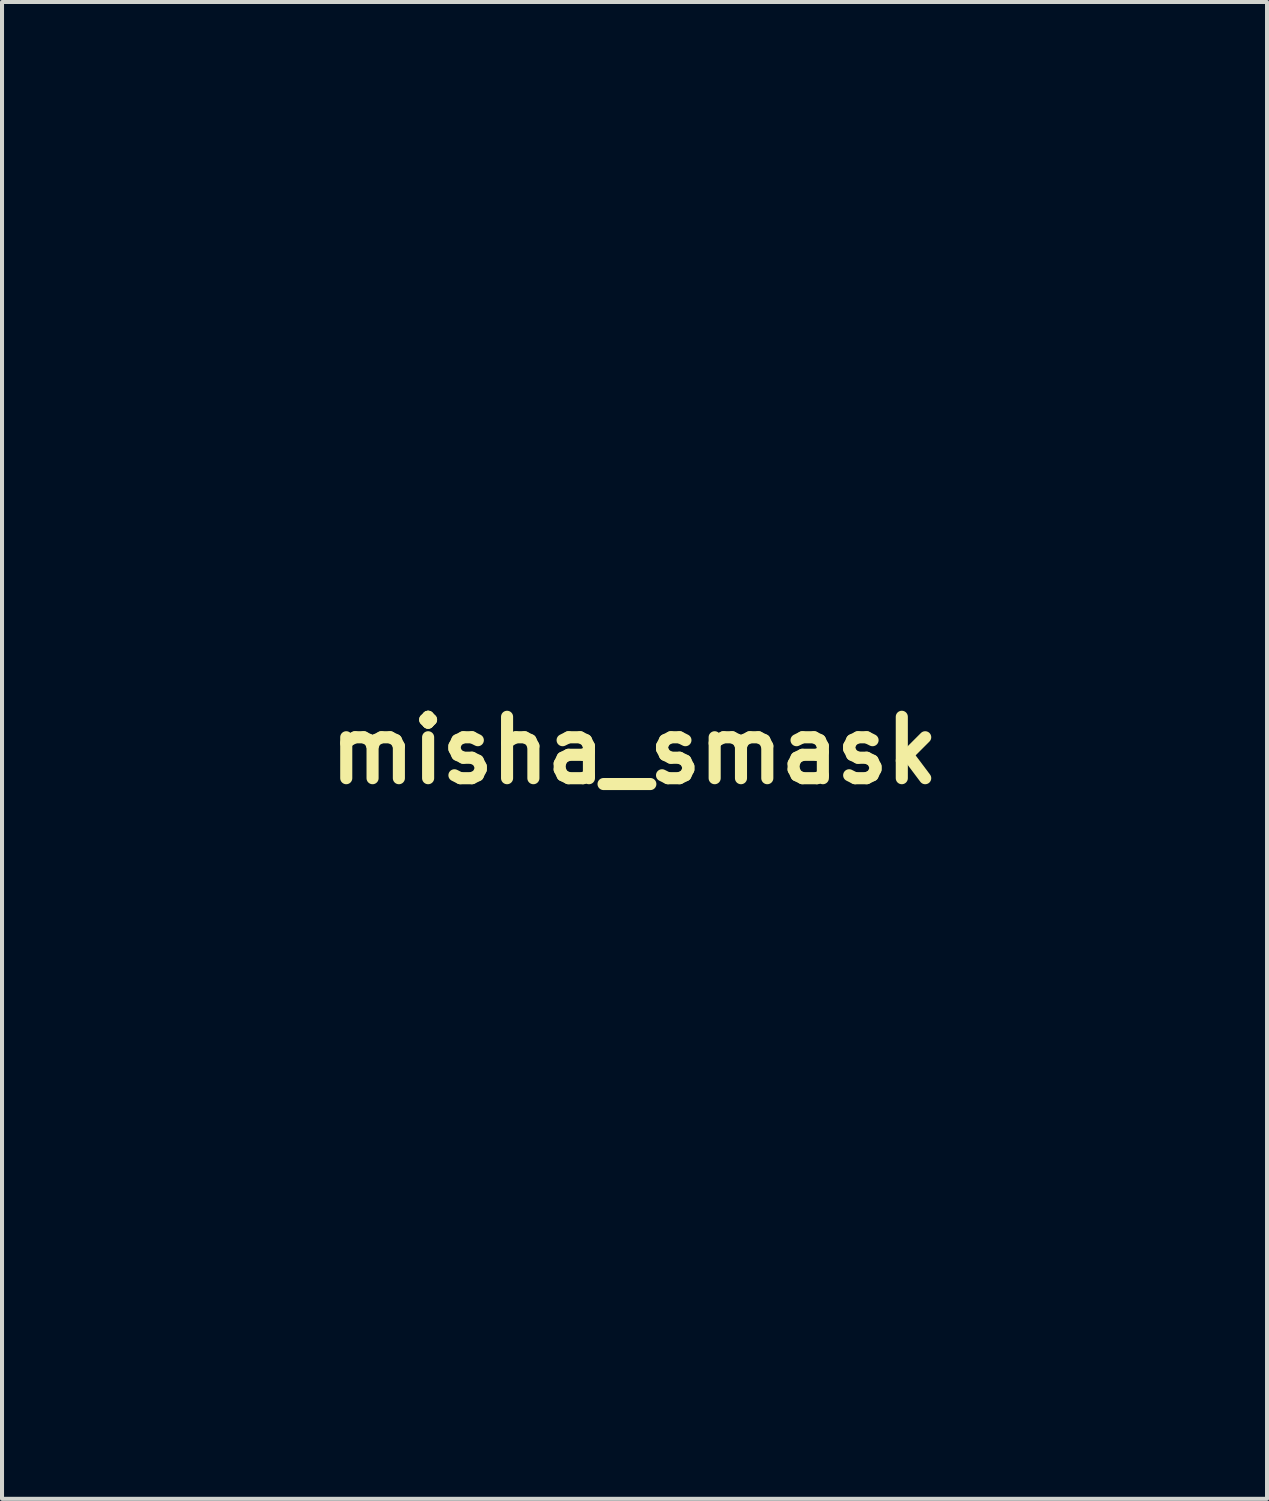
<source format=kicad_pcb>
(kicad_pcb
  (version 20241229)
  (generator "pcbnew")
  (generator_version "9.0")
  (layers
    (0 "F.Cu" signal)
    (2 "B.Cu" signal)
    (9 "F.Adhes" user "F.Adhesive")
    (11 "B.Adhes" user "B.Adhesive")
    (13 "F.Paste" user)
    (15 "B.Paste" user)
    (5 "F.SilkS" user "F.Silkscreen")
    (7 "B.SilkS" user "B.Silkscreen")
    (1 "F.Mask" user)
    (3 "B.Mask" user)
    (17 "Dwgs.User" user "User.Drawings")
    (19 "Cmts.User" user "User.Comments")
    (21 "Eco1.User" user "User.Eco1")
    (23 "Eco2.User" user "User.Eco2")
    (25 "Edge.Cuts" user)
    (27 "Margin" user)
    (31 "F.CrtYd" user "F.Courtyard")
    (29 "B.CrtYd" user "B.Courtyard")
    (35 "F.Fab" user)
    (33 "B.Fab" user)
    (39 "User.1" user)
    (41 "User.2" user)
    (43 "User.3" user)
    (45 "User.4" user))
  (footprint "misha_smask"
    (layer "F.Cu")
    (at 12.692 15.575)
    (property "Reference" "misha_smask" (at 0 0 0) (layer "F.SilkS") (effects (font (size 1.524 1.524) (thickness 0.3))))
    (attr through_hole)
    (fp_poly (pts (xy 0.472 -4.601) (xy 0.498 -4.596) (xy 0.601 -4.563) (xy 0.702 -4.511) (xy 0.793 -4.445) (xy 0.823 -4.417) (xy 0.905 -4.32) (xy 0.965 -4.212) (xy 1.005 -4.092) (xy 1.024 -3.959) (xy 1.026 -3.836) (xy 1.015 -3.702) (xy 0.993 -3.585) (xy 0.958 -3.481) (xy 0.936 -3.431) (xy 0.895 -3.363) (xy 0.848 -3.315) (xy 0.788 -3.282) (xy 0.754 -3.27) (xy 0.719 -3.26) (xy 0.697 -3.253) (xy 0.692 -3.252) (xy 0.683 -3.256) (xy 0.679 -3.258) (xy 0.659 -3.262) (xy 0.626 -3.269) (xy 0.62 -3.27) (xy 0.582 -3.283) (xy 0.539 -3.306) (xy 0.526 -3.315) (xy 0.468 -3.371) (xy 0.43 -3.431) (xy 0.412 -3.5) (xy 0.411 -3.58) (xy 0.428 -3.676) (xy 0.431 -3.691) (xy 0.449 -3.778) (xy 0.457 -3.858) (xy 0.455 -3.926) (xy 0.442 -3.979) (xy 0.42 -4.013) (xy 0.419 -4.014) (xy 0.372 -4.034) (xy 0.311 -4.036) (xy 0.238 -4.019) (xy 0.155 -3.986) (xy 0.064 -3.935) (xy -0.033 -3.87) (xy -0.065 -3.845) (xy -0.154 -3.778) (xy -0.228 -3.728) (xy -0.287 -3.695) (xy -0.333 -3.677) (xy -0.341 -3.675) (xy -0.399 -3.675) (xy -0.464 -3.694) (xy -0.526 -3.727) (xy -0.57 -3.764) (xy -0.625 -3.835) (xy -0.654 -3.908) (xy -0.659 -3.983) (xy -0.638 -4.059) (xy -0.593 -4.135) (xy -0.555 -4.178) (xy -0.485 -4.243) (xy -0.396 -4.311) (xy -0.297 -4.38) (xy -0.193 -4.444) (xy -0.091 -4.5) (xy 0.002 -4.544) (xy 0.029 -4.554) (xy 0.136 -4.585) (xy 0.251 -4.603) (xy 0.366 -4.609) (xy 0.472 -4.601)) (stroke (width 0.01) (type solid)) (fill yes) (layer "F.Mask"))
    (fp_poly (pts (xy -7.817 -5.259) (xy -7.695 -5.226) (xy -7.605 -5.186) (xy -7.543 -5.145) (xy -7.479 -5.089) (xy -7.419 -5.026) (xy -7.372 -4.963) (xy -7.351 -4.927) (xy -7.323 -4.869) (xy -7.303 -4.822) (xy -7.288 -4.782) (xy -7.279 -4.742) (xy -7.274 -4.696) (xy -7.272 -4.64) (xy -7.271 -4.567) (xy -7.271 -4.522) (xy -7.272 -4.44) (xy -7.273 -4.378) (xy -7.276 -4.331) (xy -7.28 -4.293) (xy -7.288 -4.259) (xy -7.298 -4.223) (xy -7.308 -4.194) (xy -7.336 -4.118) (xy -7.364 -4.062) (xy -7.397 -4.017) (xy -7.437 -3.978) (xy -7.446 -3.97) (xy -7.476 -3.949) (xy -7.505 -3.936) (xy -7.542 -3.93) (xy -7.586 -3.927) (xy -7.641 -3.926) (xy -7.681 -3.931) (xy -7.715 -3.943) (xy -7.728 -3.95) (xy -7.78 -3.986) (xy -7.823 -4.031) (xy -7.851 -4.078) (xy -7.855 -4.092) (xy -7.865 -4.12) (xy -7.875 -4.134) (xy -7.884 -4.154) (xy -7.886 -4.19) (xy -7.881 -4.239) (xy -7.87 -4.292) (xy -7.866 -4.306) (xy -7.852 -4.37) (xy -7.845 -4.456) (xy -7.843 -4.513) (xy -7.843 -4.574) (xy -7.845 -4.615) (xy -7.848 -4.641) (xy -7.856 -4.658) (xy -7.867 -4.67) (xy -7.872 -4.675) (xy -7.907 -4.692) (xy -7.943 -4.699) (xy -8.002 -4.691) (xy -8.073 -4.667) (xy -8.153 -4.632) (xy -8.236 -4.586) (xy -8.317 -4.533) (xy -8.391 -4.476) (xy -8.414 -4.456) (xy -8.472 -4.411) (xy -8.538 -4.371) (xy -8.601 -4.344) (xy -8.633 -4.336) (xy -8.692 -4.336) (xy -8.743 -4.35) (xy -8.804 -4.376) (xy -8.85 -4.408) (xy -8.89 -4.452) (xy -8.9 -4.466) (xy -8.918 -4.494) (xy -8.928 -4.522) (xy -8.933 -4.557) (xy -8.934 -4.609) (xy -8.934 -4.616) (xy -8.934 -4.669) (xy -8.93 -4.705) (xy -8.92 -4.732) (xy -8.903 -4.761) (xy -8.891 -4.779) (xy -8.861 -4.815) (xy -8.818 -4.859) (xy -8.77 -4.903) (xy -8.754 -4.916) (xy -8.708 -4.952) (xy -8.653 -4.992) (xy -8.594 -5.033) (xy -8.534 -5.072) (xy -8.478 -5.107) (xy -8.431 -5.134) (xy -8.397 -5.151) (xy -8.381 -5.156) (xy -8.355 -5.165) (xy -8.347 -5.171) (xy -8.317 -5.19) (xy -8.268 -5.21) (xy -8.205 -5.229) (xy -8.134 -5.246) (xy -8.061 -5.259) (xy -7.992 -5.268) (xy -7.94 -5.271) (xy -7.817 -5.259)) (stroke (width 0.01) (type solid)) (fill yes) (layer "F.Mask"))
    (fp_poly (pts (xy -5.455 -1.558) (xy -5.272 -1.538) (xy -5.104 -1.504) (xy -4.941 -1.454) (xy -4.826 -1.407) (xy -4.76 -1.377) (xy -4.71 -1.353) (xy -4.669 -1.33) (xy -4.629 -1.305) (xy -4.62 -1.299) (xy -4.586 -1.276) (xy -4.561 -1.261) (xy -4.552 -1.257) (xy -4.537 -1.249) (xy -4.507 -1.227) (xy -4.463 -1.192) (xy -4.41 -1.147) (xy -4.349 -1.096) (xy -4.339 -1.087) (xy -4.285 -1.036) (xy -4.224 -0.969) (xy -4.159 -0.894) (xy -4.098 -0.816) (xy -4.045 -0.743) (xy -4.032 -0.724) (xy -3.962 -0.601) (xy -3.899 -0.458) (xy -3.846 -0.3) (xy -3.84 -0.279) (xy -3.828 -0.22) (xy -3.82 -0.144) (xy -3.815 -0.058) (xy -3.815 0.031) (xy -3.819 0.115) (xy -3.826 0.189) (xy -3.838 0.246) (xy -3.84 0.254) (xy -3.892 0.381) (xy -3.957 0.502) (xy -4.033 0.612) (xy -4.115 0.704) (xy -4.142 0.728) (xy -4.282 0.837) (xy -4.43 0.927) (xy -4.589 1.001) (xy -4.765 1.06) (xy -4.952 1.104) (xy -5.013 1.115) (xy -5.072 1.124) (xy -5.119 1.129) (xy -5.138 1.13) (xy -5.174 1.133) (xy -5.198 1.141) (xy -5.201 1.144) (xy -5.202 1.163) (xy -5.193 1.196) (xy -5.185 1.217) (xy -5.164 1.267) (xy -5.143 1.319) (xy -5.137 1.333) (xy -5.046 1.538) (xy -4.935 1.728) (xy -4.803 1.904) (xy -4.654 2.063) (xy -4.486 2.204) (xy -4.337 2.306) (xy -4.278 2.343) (xy -4.236 2.368) (xy -4.205 2.387) (xy -4.18 2.4) (xy -4.156 2.413) (xy -4.127 2.427) (xy -4.115 2.432) (xy -4.053 2.461) (xy -4.008 2.482) (xy -3.971 2.498) (xy -3.937 2.512) (xy -3.897 2.526) (xy -3.893 2.528) (xy -3.844 2.546) (xy -3.799 2.563) (xy -3.775 2.573) (xy -3.738 2.585) (xy -3.706 2.591) (xy -3.705 2.591) (xy -3.676 2.595) (xy -3.636 2.604) (xy -3.614 2.61) (xy -3.57 2.619) (xy -3.506 2.626) (xy -3.429 2.632) (xy -3.344 2.635) (xy -3.257 2.635) (xy -3.175 2.633) (xy -3.111 2.629) (xy -2.974 2.61) (xy -2.828 2.581) (xy -2.68 2.542) (xy -2.538 2.496) (xy -2.408 2.444) (xy -2.295 2.389) (xy -2.288 2.385) (xy -2.235 2.35) (xy -2.172 2.301) (xy -2.106 2.243) (xy -2.041 2.182) (xy -1.982 2.122) (xy -1.936 2.068) (xy -1.914 2.037) (xy -1.884 1.985) (xy -1.852 1.926) (xy -1.821 1.864) (xy -1.793 1.804) (xy -1.77 1.752) (xy -1.756 1.713) (xy -1.753 1.694) (xy -1.745 1.661) (xy -1.726 1.617) (xy -1.699 1.571) (xy -1.671 1.533) (xy -1.659 1.521) (xy -1.593 1.474) (xy -1.521 1.45) (xy -1.447 1.449) (xy -1.375 1.469) (xy -1.31 1.511) (xy -1.26 1.567) (xy -1.237 1.605) (xy -1.225 1.638) (xy -1.22 1.677) (xy -1.219 1.713) (xy -1.226 1.786) (xy -1.245 1.869) (xy -1.278 1.964) (xy -1.326 2.075) (xy -1.342 2.108) (xy -1.445 2.294) (xy -1.567 2.462) (xy -1.707 2.613) (xy -1.864 2.745) (xy -2.038 2.859) (xy -2.227 2.953) (xy -2.369 3.006) (xy -2.478 3.042) (xy -2.577 3.071) (xy -2.677 3.097) (xy -2.786 3.123) (xy -2.851 3.137) (xy -2.915 3.147) (xy -2.998 3.156) (xy -3.094 3.163) (xy -3.198 3.168) (xy -3.304 3.171) (xy -3.405 3.171) (xy -3.496 3.169) (xy -3.571 3.164) (xy -3.575 3.164) (xy -3.652 3.152) (xy -3.742 3.135) (xy -3.834 3.113) (xy -3.922 3.088) (xy -3.996 3.064) (xy -4.023 3.053) (xy -4.055 3.041) (xy -4.076 3.035) (xy -4.078 3.035) (xy -4.098 3.03) (xy -4.138 3.014) (xy -4.2 2.987) (xy -4.255 2.963) (xy -4.343 2.92) (xy -4.435 2.871) (xy -4.451 2.861) (xy -4.489 2.841) (xy -4.521 2.824) (xy -4.529 2.821) (xy -4.561 2.804) (xy -4.608 2.774) (xy -4.665 2.737) (xy -4.727 2.694) (xy -4.79 2.649) (xy -4.845 2.608) (xy -4.908 2.556) (xy -4.981 2.489) (xy -5.058 2.414) (xy -5.135 2.335) (xy -5.206 2.258) (xy -5.265 2.19) (xy -5.281 2.169) (xy -5.321 2.114) (xy -5.367 2.045) (xy -5.415 1.97) (xy -5.462 1.894) (xy -5.502 1.825) (xy -5.532 1.769) (xy -5.533 1.765) (xy -5.575 1.678) (xy -5.608 1.602) (xy -5.631 1.543) (xy -5.644 1.502) (xy -5.645 1.5) (xy -5.655 1.469) (xy -5.669 1.455) (xy -5.691 1.459) (xy -5.723 1.48) (xy -5.768 1.52) (xy -5.782 1.534) (xy -5.914 1.654) (xy -6.054 1.767) (xy -6.199 1.869) (xy -6.342 1.957) (xy -6.48 2.028) (xy -6.534 2.051) (xy -6.695 2.107) (xy -6.849 2.14) (xy -7.003 2.152) (xy -7.159 2.142) (xy -7.324 2.111) (xy -7.366 2.1) (xy -7.529 2.051) (xy -7.671 1.995) (xy -7.797 1.931) (xy -7.91 1.856) (xy -8.016 1.767) (xy -8.091 1.692) (xy -8.191 1.566) (xy -8.271 1.425) (xy -8.332 1.271) (xy -8.371 1.105) (xy -8.39 0.927) (xy -8.387 0.741) (xy -8.384 0.701) (xy -8.375 0.624) (xy -8.363 0.544) (xy -8.349 0.465) (xy -8.335 0.393) (xy -8.32 0.335) (xy -8.307 0.295) (xy -8.304 0.289) (xy -8.294 0.263) (xy -8.283 0.226) (xy -8.282 0.22) (xy -8.267 0.169) (xy -8.244 0.106) (xy -8.218 0.039) (xy -8.191 -0.024) (xy -8.166 -0.076) (xy -8.154 -0.097) (xy -8.1 -0.164) (xy -8.037 -0.21) (xy -7.967 -0.236) (xy -7.896 -0.242) (xy -7.826 -0.227) (xy -7.762 -0.191) (xy -7.706 -0.134) (xy -7.688 -0.106) (xy -7.671 -0.074) (xy -7.661 -0.044) (xy -7.659 -0.01) (xy -7.661 0.04) (xy -7.661 0.045) (xy -7.666 0.093) (xy -7.672 0.132) (xy -7.68 0.154) (xy -7.681 0.155) (xy -7.689 0.168) (xy -7.699 0.189) (xy -7.712 0.222) (xy -7.73 0.27) (xy -7.753 0.338) (xy -7.764 0.368) (xy -7.792 0.453) (xy -7.812 0.52) (xy -7.826 0.579) (xy -7.835 0.636) (xy -7.84 0.698) (xy -7.842 0.772) (xy -7.842 0.845) (xy -7.842 0.929) (xy -7.84 0.992) (xy -7.837 1.039) (xy -7.832 1.074) (xy -7.825 1.102) (xy -7.819 1.118) (xy -7.777 1.211) (xy -7.734 1.285) (xy -7.685 1.345) (xy -7.627 1.398) (xy -7.614 1.408) (xy -7.576 1.433) (xy -7.527 1.462) (xy -7.474 1.491) (xy -7.423 1.517) (xy -7.378 1.537) (xy -7.346 1.548) (xy -7.338 1.549) (xy -7.317 1.553) (xy -7.281 1.564) (xy -7.251 1.574) (xy -7.16 1.596) (xy -7.059 1.607) (xy -6.956 1.606) (xy -6.859 1.593) (xy -6.775 1.568) (xy -6.772 1.567) (xy -6.7 1.535) (xy -6.646 1.51) (xy -6.604 1.488) (xy -6.568 1.466) (xy -6.556 1.459) (xy -6.524 1.438) (xy -6.502 1.425) (xy -6.496 1.422) (xy -6.477 1.414) (xy -6.444 1.392) (xy -6.399 1.358) (xy -6.347 1.316) (xy -6.291 1.268) (xy -6.233 1.218) (xy -6.178 1.168) (xy -6.129 1.122) (xy -6.089 1.081) (xy -6.061 1.05) (xy -6.048 1.031) (xy -6.048 1.029) (xy -6.062 1.011) (xy -6.077 1.006) (xy -6.111 0.996) (xy -6.16 0.979) (xy -6.216 0.957) (xy -6.272 0.932) (xy -6.321 0.908) (xy -6.337 0.9) (xy -6.364 0.886) (xy -6.385 0.876) (xy -6.408 0.864) (xy -6.446 0.842) (xy -6.493 0.813) (xy -6.525 0.792) (xy -6.579 0.753) (xy -6.641 0.702) (xy -6.709 0.643) (xy -6.776 0.579) (xy -6.84 0.516) (xy -6.894 0.457) (xy -6.936 0.407) (xy -6.951 0.385) (xy -7.035 0.234) (xy -7.094 0.086) (xy -7.129 -0.06) (xy -7.14 -0.206) (xy -7.127 -0.354) (xy -7.091 -0.506) (xy -7.085 -0.524) (xy -7.038 -0.636) (xy -6.972 -0.753) (xy -6.889 -0.871) (xy -6.795 -0.985) (xy -6.691 -1.089) (xy -6.583 -1.18) (xy -6.524 -1.222) (xy -6.458 -1.265) (xy -6.41 -1.297) (xy -6.373 -1.32) (xy -6.345 -1.337) (xy -6.32 -1.35) (xy -6.294 -1.363) (xy -6.293 -1.363) (xy -6.251 -1.384) (xy -6.211 -1.403) (xy -6.204 -1.406) (xy -6.122 -1.44) (xy -6.021 -1.473) (xy -5.91 -1.502) (xy -5.794 -1.526) (xy -5.679 -1.544) (xy -5.573 -1.556) (xy -5.481 -1.559) (xy -5.455 -1.558)) (stroke (width 0.01) (type solid)) (fill yes) (layer "F.Mask"))
    (fp_poly (pts (xy 0.377 -7.092) (xy 0.507 -7.088) (xy 0.628 -7.08) (xy 0.736 -7.07) (xy 0.787 -7.063) (xy 0.891 -7.047) (xy 0.973 -7.034) (xy 1.036 -7.024) (xy 1.085 -7.016) (xy 1.123 -7.009) (xy 1.153 -7.003) (xy 1.179 -6.996) (xy 1.2 -6.991) (xy 1.243 -6.979) (xy 1.3 -6.964) (xy 1.36 -6.949) (xy 1.372 -6.946) (xy 1.469 -6.921) (xy 1.548 -6.9) (xy 1.607 -6.882) (xy 1.643 -6.869) (xy 1.645 -6.869) (xy 1.677 -6.856) (xy 1.724 -6.84) (xy 1.777 -6.822) (xy 1.826 -6.806) (xy 1.861 -6.795) (xy 1.902 -6.782) (xy 1.937 -6.769) (xy 1.971 -6.755) (xy 2.016 -6.737) (xy 2.038 -6.728) (xy 2.084 -6.709) (xy 2.126 -6.691) (xy 2.142 -6.685) (xy 2.171 -6.673) (xy 2.189 -6.668) (xy 2.19 -6.668) (xy 2.205 -6.662) (xy 2.24 -6.647) (xy 2.29 -6.624) (xy 2.352 -6.595) (xy 2.422 -6.561) (xy 2.496 -6.524) (xy 2.572 -6.487) (xy 2.646 -6.451) (xy 2.713 -6.417) (xy 2.77 -6.387) (xy 2.814 -6.364) (xy 2.826 -6.357) (xy 2.863 -6.337) (xy 2.911 -6.31) (xy 2.962 -6.282) (xy 2.965 -6.28) (xy 3.007 -6.257) (xy 3.063 -6.223) (xy 3.129 -6.182) (xy 3.199 -6.138) (xy 3.245 -6.109) (xy 3.56 -5.892) (xy 3.856 -5.658) (xy 4.132 -5.408) (xy 4.389 -5.143) (xy 4.627 -4.861) (xy 4.844 -4.564) (xy 5.032 -4.267) (xy 5.071 -4.201) (xy 5.104 -4.142) (xy 5.135 -4.084) (xy 5.166 -4.023) (xy 5.2 -3.953) (xy 5.24 -3.87) (xy 5.276 -3.791) (xy 5.301 -3.737) (xy 5.319 -3.698) (xy 5.333 -3.664) (xy 5.348 -3.626) (xy 5.366 -3.576) (xy 5.371 -3.562) (xy 5.403 -3.478) (xy 5.428 -3.411) (xy 5.45 -3.354) (xy 5.454 -3.343) (xy 5.471 -3.297) (xy 5.485 -3.248) (xy 5.486 -3.245) (xy 5.514 -3.132) (xy 5.539 -3.045) (xy 5.544 -3.029) (xy 5.555 -2.989) (xy 5.569 -2.93) (xy 5.586 -2.858) (xy 5.603 -2.777) (xy 5.62 -2.694) (xy 5.626 -2.661) (xy 5.635 -2.608) (xy 5.644 -2.545) (xy 5.652 -2.483) (xy 5.652 -2.483) (xy 5.658 -2.421) (xy 5.667 -2.347) (xy 5.675 -2.276) (xy 5.677 -2.261) (xy 5.688 -2.135) (xy 5.693 -1.99) (xy 5.693 -1.832) (xy 5.686 -1.665) (xy 5.675 -1.495) (xy 5.658 -1.328) (xy 5.637 -1.169) (xy 5.631 -1.13) (xy 5.593 -0.933) (xy 5.544 -0.73) (xy 5.487 -0.529) (xy 5.423 -0.338) (xy 5.355 -0.163) (xy 5.337 -0.121) (xy 5.207 0.141) (xy 5.055 0.389) (xy 4.883 0.624) (xy 4.691 0.843) (xy 4.48 1.046) (xy 4.25 1.233) (xy 4.14 1.311) (xy 4.086 1.348) (xy 4.024 1.387) (xy 3.959 1.428) (xy 3.895 1.467) (xy 3.835 1.502) (xy 3.783 1.531) (xy 3.744 1.552) (xy 3.721 1.562) (xy 3.718 1.562) (xy 3.698 1.57) (xy 3.684 1.579) (xy 3.664 1.591) (xy 3.627 1.61) (xy 3.578 1.632) (xy 3.537 1.65) (xy 3.482 1.673) (xy 3.434 1.694) (xy 3.399 1.709) (xy 3.385 1.715) (xy 3.354 1.727) (xy 3.307 1.744) (xy 3.249 1.765) (xy 3.184 1.787) (xy 3.117 1.809) (xy 3.053 1.829) (xy 2.996 1.847) (xy 2.953 1.86) (xy 2.926 1.866) (xy 2.922 1.867) (xy 2.9 1.87) (xy 2.864 1.878) (xy 2.84 1.885) (xy 2.707 1.918) (xy 2.58 1.944) (xy 2.502 1.955) (xy 2.443 1.964) (xy 2.382 1.973) (xy 2.337 1.981) (xy 2.302 1.985) (xy 2.245 1.989) (xy 2.171 1.993) (xy 2.085 1.995) (xy 1.989 1.998) (xy 1.889 1.999) (xy 1.788 2) (xy 1.69 2) (xy 1.601 2) (xy 1.523 1.998) (xy 1.461 1.995) (xy 1.448 1.995) (xy 1.345 1.985) (xy 1.235 1.972) (xy 1.125 1.956) (xy 1.025 1.938) (xy 0.954 1.923) (xy 0.811 1.887) (xy 0.693 1.856) (xy 0.601 1.828) (xy 0.533 1.804) (xy 0.512 1.796) (xy 0.482 1.784) (xy 0.463 1.778) (xy 0.462 1.778) (xy 0.442 1.773) (xy 0.405 1.759) (xy 0.354 1.738) (xy 0.294 1.713) (xy 0.231 1.685) (xy 0.168 1.656) (xy 0.111 1.629) (xy 0.089 1.617) (xy -0.095 1.512) (xy -0.262 1.392) (xy -0.415 1.255) (xy -0.554 1.1) (xy -0.682 0.924) (xy -0.799 0.727) (xy -0.862 0.603) (xy -0.905 0.515) (xy -0.939 0.442) (xy -0.967 0.378) (xy -0.992 0.315) (xy -1.019 0.247) (xy -1.035 0.203) (xy -1.049 0.166) (xy -1.067 0.118) (xy -1.078 0.089) (xy -1.092 0.048) (xy -1.102 0.017) (xy -1.105 0.003) (xy -1.11 -0.018) (xy -1.121 -0.05) (xy -1.123 -0.054) (xy -1.136 -0.088) (xy -1.155 -0.145) (xy -1.18 -0.222) (xy -1.209 -0.318) (xy -1.243 -0.429) (xy -1.281 -0.554) (xy -1.283 -0.559) (xy -1.302 -0.623) (xy -1.32 -0.68) (xy -1.334 -0.725) (xy -1.343 -0.752) (xy -1.345 -0.756) (xy -1.353 -0.777) (xy -1.366 -0.817) (xy -1.383 -0.871) (xy -1.403 -0.931) (xy -1.403 -0.933) (xy -1.427 -1.005) (xy -1.453 -1.081) (xy -1.478 -1.151) (xy -1.494 -1.194) (xy -1.513 -1.243) (xy -1.527 -1.282) (xy -1.536 -1.306) (xy -1.537 -1.31) (xy -1.542 -1.331) (xy -1.558 -1.369) (xy -1.581 -1.419) (xy -1.609 -1.476) (xy -1.639 -1.535) (xy -1.669 -1.592) (xy -1.696 -1.641) (xy -1.716 -1.674) (xy -1.737 -1.706) (xy -1.75 -1.729) (xy -1.753 -1.736) (xy -1.76 -1.749) (xy -1.778 -1.775) (xy -1.791 -1.791) (xy -1.827 -1.838) (xy -1.871 -1.899) (xy -1.92 -1.969) (xy -1.972 -2.043) (xy -2.022 -2.116) (xy -2.067 -2.184) (xy -2.104 -2.242) (xy -2.129 -2.284) (xy -2.13 -2.286) (xy -2.157 -2.336) (xy -2.189 -2.398) (xy -2.224 -2.466) (xy -2.256 -2.531) (xy -2.283 -2.588) (xy -2.299 -2.623) (xy -2.317 -2.664) (xy -2.332 -2.698) (xy -2.338 -2.711) (xy -2.354 -2.751) (xy -2.372 -2.803) (xy -2.39 -2.856) (xy -2.4 -2.889) (xy -2.412 -2.929) (xy -2.422 -2.959) (xy -2.432 -2.989) (xy -2.445 -3.04) (xy -2.461 -3.109) (xy -2.479 -3.192) (xy -2.499 -3.286) (xy -2.511 -3.346) (xy -2.519 -3.406) (xy -2.526 -3.487) (xy -2.531 -3.583) (xy -2.534 -3.69) (xy -2.535 -3.803) (xy -2.534 -3.918) (xy -2.531 -4.029) (xy -2.531 -4.035) (xy -0.754 -4.035) (xy -0.754 -4.032) (xy -0.753 -3.95) (xy -0.751 -3.887) (xy -0.748 -3.838) (xy -0.742 -3.798) (xy -0.734 -3.761) (xy -0.723 -3.721) (xy -0.721 -3.715) (xy -0.658 -3.548) (xy -0.582 -3.401) (xy -0.49 -3.273) (xy -0.383 -3.164) (xy -0.325 -3.118) (xy -0.251 -3.066) (xy -0.185 -3.027) (xy -0.116 -2.995) (xy -0.055 -2.973) (xy -0.009 -2.958) (xy 0.03 -2.948) (xy 0.07 -2.942) (xy 0.115 -2.939) (xy 0.173 -2.938) (xy 0.25 -2.94) (xy 0.254 -2.94) (xy 0.328 -2.943) (xy 0.383 -2.948) (xy 0.425 -2.955) (xy 0.46 -2.965) (xy 0.476 -2.972) (xy 0.572 -3.016) (xy 0.671 -3.066) (xy 0.682 -3.072) (xy 0.709 -3.091) (xy 0.748 -3.125) (xy 0.794 -3.169) (xy 0.841 -3.218) (xy 0.886 -3.266) (xy 0.923 -3.31) (xy 0.948 -3.343) (xy 0.951 -3.348) (xy 0.979 -3.401) (xy 1.007 -3.458) (xy 1.033 -3.513) (xy 1.053 -3.56) (xy 1.065 -3.594) (xy 1.067 -3.606) (xy 1.072 -3.632) (xy 1.084 -3.668) (xy 1.088 -3.678) (xy 1.096 -3.701) (xy 1.102 -3.729) (xy 1.105 -3.767) (xy 1.108 -3.82) (xy 1.109 -3.89) (xy 1.109 -3.969) (xy 1.109 -4.21) (xy 1.063 -4.348) (xy 1.007 -4.489) (xy 0.939 -4.612) (xy 0.856 -4.726) (xy 0.787 -4.8) (xy 0.681 -4.897) (xy 0.571 -4.971) (xy 0.454 -5.027) (xy 0.323 -5.066) (xy 0.289 -5.073) (xy 0.224 -5.085) (xy 0.17 -5.091) (xy 0.121 -5.09) (xy 0.065 -5.083) (xy -0.006 -5.069) (xy -0.008 -5.069) (xy -0.103 -5.045) (xy -0.183 -5.016) (xy -0.256 -4.979) (xy -0.314 -4.942) (xy -0.434 -4.846) (xy -0.536 -4.735) (xy -0.619 -4.608) (xy -0.687 -4.463) (xy -0.725 -4.35) (xy -0.736 -4.309) (xy -0.744 -4.27) (xy -0.749 -4.23) (xy -0.752 -4.181) (xy -0.754 -4.118) (xy -0.754 -4.035) (xy -2.531 -4.035) (xy -2.527 -4.131) (xy -2.521 -4.221) (xy -2.513 -4.293) (xy -2.51 -4.312) (xy -2.489 -4.421) (xy -2.469 -4.524) (xy -2.45 -4.615) (xy -2.433 -4.689) (xy -2.419 -4.742) (xy -2.408 -4.783) (xy -2.401 -4.817) (xy -2.4 -4.829) (xy -2.395 -4.858) (xy -2.383 -4.893) (xy -2.383 -4.894) (xy -2.37 -4.926) (xy -2.354 -4.973) (xy -2.338 -5.025) (xy -2.337 -5.029) (xy -2.321 -5.082) (xy -2.305 -5.131) (xy -2.293 -5.167) (xy -2.292 -5.169) (xy -2.278 -5.206) (xy -2.26 -5.254) (xy -2.247 -5.29) (xy -2.229 -5.338) (xy -2.21 -5.385) (xy -2.2 -5.41) (xy -2.182 -5.452) (xy -2.166 -5.491) (xy -2.165 -5.493) (xy -2.087 -5.671) (xy -2.01 -5.827) (xy -1.934 -5.964) (xy -1.895 -6.026) (xy -1.848 -6.094) (xy -1.79 -6.17) (xy -1.728 -6.248) (xy -1.665 -6.322) (xy -1.608 -6.386) (xy -1.573 -6.421) (xy -1.512 -6.475) (xy -1.44 -6.535) (xy -1.362 -6.596) (xy -1.286 -6.652) (xy -1.217 -6.7) (xy -1.175 -6.726) (xy -1.108 -6.764) (xy -1.057 -6.793) (xy -1.016 -6.815) (xy -0.978 -6.833) (xy -0.938 -6.852) (xy -0.891 -6.872) (xy -0.889 -6.873) (xy -0.748 -6.93) (xy -0.612 -6.976) (xy -0.475 -7.015) (xy -0.327 -7.047) (xy -0.197 -7.07) (xy -0.11 -7.081) (xy -0.004 -7.088) (xy 0.117 -7.093) (xy 0.246 -7.094) (xy 0.377 -7.092)) (stroke (width 0.01) (type solid)) (fill yes) (layer "F.Mask"))
    (fp_poly (pts (xy -7.28 -15.57) (xy -7.19 -15.57) (xy -7.106 -15.569) (xy -7.032 -15.567) (xy -6.97 -15.566) (xy -6.925 -15.564) (xy -6.9 -15.561) (xy -6.896 -15.559) (xy -6.884 -15.553) (xy -6.853 -15.545) (xy -6.807 -15.537) (xy -6.779 -15.533) (xy -6.624 -15.508) (xy -6.461 -15.476) (xy -6.295 -15.436) (xy -6.132 -15.391) (xy -5.978 -15.342) (xy -5.838 -15.291) (xy -5.747 -15.253) (xy -5.624 -15.196) (xy -5.519 -15.146) (xy -5.428 -15.1) (xy -5.345 -15.054) (xy -5.265 -15.007) (xy -5.183 -14.955) (xy -5.094 -14.895) (xy -5.08 -14.886) (xy -4.868 -14.73) (xy -4.673 -14.564) (xy -4.489 -14.383) (xy -4.379 -14.263) (xy -4.308 -14.182) (xy -4.087 -14.235) (xy -3.963 -14.265) (xy -3.857 -14.29) (xy -3.766 -14.311) (xy -3.683 -14.329) (xy -3.604 -14.346) (xy -3.523 -14.361) (xy -3.435 -14.377) (xy -3.334 -14.395) (xy -3.301 -14.401) (xy -3.024 -14.445) (xy -2.757 -14.482) (xy -2.494 -14.511) (xy -2.231 -14.532) (xy -1.96 -14.548) (xy -1.677 -14.557) (xy -1.375 -14.56) (xy -1.34 -14.56) (xy -1.138 -14.559) (xy -0.955 -14.556) (xy -0.785 -14.552) (xy -0.622 -14.545) (xy -0.462 -14.535) (xy -0.299 -14.522) (xy -0.128 -14.505) (xy 0.058 -14.485) (xy 0.262 -14.461) (xy 0.279 -14.459) (xy 0.736 -14.39) (xy 1.193 -14.297) (xy 1.65 -14.181) (xy 2.103 -14.041) (xy 2.551 -13.88) (xy 2.992 -13.697) (xy 3.423 -13.494) (xy 3.843 -13.271) (xy 4.21 -13.053) (xy 4.468 -12.885) (xy 4.729 -12.704) (xy 4.989 -12.513) (xy 5.242 -12.315) (xy 5.484 -12.114) (xy 5.71 -11.914) (xy 5.901 -11.734) (xy 5.953 -11.684) (xy 6 -11.641) (xy 6.038 -11.608) (xy 6.064 -11.587) (xy 6.074 -11.582) (xy 6.089 -11.593) (xy 6.112 -11.62) (xy 6.138 -11.658) (xy 6.14 -11.662) (xy 6.166 -11.702) (xy 6.203 -11.756) (xy 6.246 -11.816) (xy 6.291 -11.877) (xy 6.297 -11.886) (xy 6.467 -12.09) (xy 6.653 -12.275) (xy 6.853 -12.44) (xy 7.068 -12.584) (xy 7.295 -12.708) (xy 7.533 -12.811) (xy 7.781 -12.891) (xy 8.038 -12.95) (xy 8.302 -12.985) (xy 8.573 -12.997) (xy 8.74 -12.992) (xy 8.961 -12.974) (xy 9.175 -12.943) (xy 9.385 -12.898) (xy 9.596 -12.839) (xy 9.812 -12.763) (xy 10.038 -12.669) (xy 10.16 -12.614) (xy 10.234 -12.576) (xy 10.324 -12.526) (xy 10.424 -12.466) (xy 10.529 -12.4) (xy 10.636 -12.33) (xy 10.74 -12.259) (xy 10.835 -12.192) (xy 10.917 -12.13) (xy 10.935 -12.115) (xy 10.996 -12.064) (xy 11.068 -12) (xy 11.147 -11.928) (xy 11.228 -11.852) (xy 11.305 -11.777) (xy 11.374 -11.708) (xy 11.431 -11.649) (xy 11.445 -11.633) (xy 11.487 -11.587) (xy 11.527 -11.542) (xy 11.559 -11.506) (xy 11.571 -11.493) (xy 11.593 -11.467) (xy 11.626 -11.426) (xy 11.667 -11.374) (xy 11.711 -11.317) (xy 11.724 -11.299) (xy 11.92 -11.021) (xy 12.097 -10.731) (xy 12.252 -10.431) (xy 12.386 -10.122) (xy 12.497 -9.807) (xy 12.584 -9.488) (xy 12.647 -9.168) (xy 12.65 -9.15) (xy 12.661 -9.086) (xy 12.671 -9.032) (xy 12.68 -8.992) (xy 12.687 -8.97) (xy 12.689 -8.968) (xy 12.691 -8.955) (xy 12.694 -8.92) (xy 12.696 -8.867) (xy 12.697 -8.8) (xy 12.699 -8.721) (xy 12.699 -8.634) (xy 12.7 -8.544) (xy 12.7 -8.453) (xy 12.699 -8.364) (xy 12.698 -8.283) (xy 12.697 -8.211) (xy 12.695 -8.153) (xy 12.693 -8.112) (xy 12.69 -8.092) (xy 12.689 -8.09) (xy 12.683 -8.078) (xy 12.676 -8.047) (xy 12.668 -8.001) (xy 12.664 -7.97) (xy 12.634 -7.786) (xy 12.589 -7.59) (xy 12.532 -7.39) (xy 12.464 -7.195) (xy 12.404 -7.046) (xy 12.285 -6.804) (xy 12.146 -6.576) (xy 11.99 -6.361) (xy 11.816 -6.163) (xy 11.627 -5.983) (xy 11.424 -5.823) (xy 11.237 -5.7) (xy 11 -5.573) (xy 10.757 -5.471) (xy 10.505 -5.392) (xy 10.245 -5.338) (xy 9.976 -5.307) (xy 9.699 -5.3) (xy 9.55 -5.306) (xy 9.474 -5.31) (xy 9.407 -5.314) (xy 9.353 -5.316) (xy 9.316 -5.317) (xy 9.299 -5.316) (xy 9.299 -5.316) (xy 9.299 -5.302) (xy 9.303 -5.268) (xy 9.31 -5.219) (xy 9.32 -5.161) (xy 9.32 -5.16) (xy 9.371 -4.834) (xy 9.411 -4.49) (xy 9.442 -4.134) (xy 9.462 -3.771) (xy 9.471 -3.407) (xy 9.47 -3.047) (xy 9.458 -2.697) (xy 9.434 -2.363) (xy 9.429 -2.305) (xy 9.404 -2.068) (xy 9.377 -1.853) (xy 9.348 -1.653) (xy 9.315 -1.465) (xy 9.277 -1.283) (xy 9.234 -1.104) (xy 9.185 -0.922) (xy 9.133 -0.749) (xy 9.114 -0.688) (xy 9.089 -0.615) (xy 9.062 -0.538) (xy 9.034 -0.461) (xy 9.008 -0.39) (xy 8.986 -0.333) (xy 8.972 -0.298) (xy 8.96 -0.271) (xy 8.941 -0.227) (xy 8.919 -0.173) (xy 8.902 -0.133) (xy 8.768 0.161) (xy 8.612 0.458) (xy 8.437 0.754) (xy 8.244 1.045) (xy 8.038 1.327) (xy 7.819 1.596) (xy 7.592 1.848) (xy 7.574 1.867) (xy 7.525 1.918) (xy 7.478 1.967) (xy 7.437 2.01) (xy 7.409 2.04) (xy 7.409 2.04) (xy 7.366 2.083) (xy 7.308 2.14) (xy 7.237 2.206) (xy 7.159 2.278) (xy 7.075 2.352) (xy 6.991 2.426) (xy 6.91 2.496) (xy 6.836 2.559) (xy 6.82 2.572) (xy 6.459 2.853) (xy 6.078 3.12) (xy 5.677 3.372) (xy 5.258 3.608) (xy 4.822 3.829) (xy 4.369 4.033) (xy 3.902 4.22) (xy 3.42 4.39) (xy 2.997 4.521) (xy 2.916 4.544) (xy 2.842 4.566) (xy 2.779 4.585) (xy 2.731 4.6) (xy 2.702 4.609) (xy 2.696 4.611) (xy 2.674 4.631) (xy 2.666 4.662) (xy 2.676 4.691) (xy 2.678 4.693) (xy 2.688 4.711) (xy 2.703 4.75) (xy 2.724 4.806) (xy 2.748 4.877) (xy 2.776 4.959) (xy 2.805 5.049) (xy 2.835 5.143) (xy 2.864 5.238) (xy 2.892 5.331) (xy 2.918 5.418) (xy 2.94 5.496) (xy 2.946 5.518) (xy 2.963 5.575) (xy 2.982 5.617) (xy 3.007 5.653) (xy 3.033 5.683) (xy 3.068 5.725) (xy 3.099 5.771) (xy 3.115 5.804) (xy 3.138 5.876) (xy 3.162 5.971) (xy 3.187 6.084) (xy 3.212 6.214) (xy 3.237 6.357) (xy 3.261 6.51) (xy 3.284 6.67) (xy 3.305 6.834) (xy 3.324 6.998) (xy 3.334 7.106) (xy 3.341 7.19) (xy 3.347 7.283) (xy 3.351 7.381) (xy 3.353 7.48) (xy 3.355 7.577) (xy 3.354 7.667) (xy 3.353 7.747) (xy 3.35 7.812) (xy 3.345 7.859) (xy 3.34 7.88) (xy 3.335 7.901) (xy 3.332 7.936) (xy 3.33 7.989) (xy 3.33 8.06) (xy 3.331 8.153) (xy 3.333 8.269) (xy 3.334 8.287) (xy 3.336 8.659) (xy 3.327 9.046) (xy 3.307 9.442) (xy 3.275 9.839) (xy 3.233 10.23) (xy 3.198 10.494) (xy 3.188 10.575) (xy 3.182 10.637) (xy 3.18 10.677) (xy 3.184 10.694) (xy 3.204 10.699) (xy 3.245 10.698) (xy 3.296 10.692) (xy 3.422 10.683) (xy 3.561 10.689) (xy 3.707 10.708) (xy 3.854 10.741) (xy 3.908 10.757) (xy 4.076 10.822) (xy 4.238 10.909) (xy 4.391 11.018) (xy 4.533 11.145) (xy 4.661 11.289) (xy 4.773 11.447) (xy 4.843 11.568) (xy 4.922 11.739) (xy 4.979 11.908) (xy 5.018 12.08) (xy 5.038 12.263) (xy 5.042 12.402) (xy 5.033 12.602) (xy 5.007 12.788) (xy 4.961 12.968) (xy 4.894 13.149) (xy 4.869 13.205) (xy 4.789 13.356) (xy 4.688 13.503) (xy 4.571 13.641) (xy 4.441 13.768) (xy 4.302 13.879) (xy 4.157 13.971) (xy 4.077 14.012) (xy 3.965 14.061) (xy 3.867 14.098) (xy 3.773 14.124) (xy 3.679 14.141) (xy 3.575 14.15) (xy 3.456 14.154) (xy 3.416 14.154) (xy 3.295 14.151) (xy 3.193 14.144) (xy 3.102 14.13) (xy 3.017 14.109) (xy 2.931 14.08) (xy 2.881 14.06) (xy 2.836 14.042) (xy 2.799 14.031) (xy 2.777 14.028) (xy 2.776 14.029) (xy 2.759 14.044) (xy 2.745 14.067) (xy 2.73 14.093) (xy 2.702 14.133) (xy 2.666 14.184) (xy 2.625 14.241) (xy 2.581 14.298) (xy 2.539 14.351) (xy 2.503 14.395) (xy 2.503 14.395) (xy 2.352 14.559) (xy 2.193 14.707) (xy 2.02 14.846) (xy 1.964 14.887) (xy 1.907 14.927) (xy 1.855 14.963) (xy 1.813 14.992) (xy 1.784 15.01) (xy 1.778 15.014) (xy 1.754 15.027) (xy 1.714 15.049) (xy 1.664 15.077) (xy 1.629 15.097) (xy 1.581 15.124) (xy 1.541 15.146) (xy 1.515 15.16) (xy 1.507 15.164) (xy 1.493 15.169) (xy 1.462 15.182) (xy 1.421 15.2) (xy 1.414 15.203) (xy 1.365 15.225) (xy 1.321 15.245) (xy 1.289 15.259) (xy 1.289 15.259) (xy 1.204 15.293) (xy 1.099 15.329) (xy 0.978 15.364) (xy 0.848 15.398) (xy 0.713 15.43) (xy 0.578 15.458) (xy 0.449 15.481) (xy 0.356 15.494) (xy 0.285 15.501) (xy 0.194 15.509) (xy 0.085 15.516) (xy -0.037 15.522) (xy -0.168 15.529) (xy -0.303 15.534) (xy -0.439 15.539) (xy -0.571 15.542) (xy -0.696 15.544) (xy -0.797 15.545) (xy -0.868 15.546) (xy -0.922 15.548) (xy -0.955 15.553) (xy -0.965 15.557) (xy -0.978 15.561) (xy -1.015 15.564) (xy -1.078 15.566) (xy -1.164 15.568) (xy -1.274 15.569) (xy -1.407 15.57) (xy -1.563 15.57) (xy -1.575 15.57) (xy -1.697 15.57) (xy -1.81 15.569) (xy -1.913 15.568) (xy -2.003 15.567) (xy -2.078 15.566) (xy -2.135 15.564) (xy -2.171 15.562) (xy -2.184 15.56) (xy -2.184 15.56) (xy -2.196 15.553) (xy -2.227 15.543) (xy -2.271 15.532) (xy -2.295 15.527) (xy -2.485 15.477) (xy -2.66 15.408) (xy -2.821 15.321) (xy -2.964 15.219) (xy -3.089 15.1) (xy -3.196 14.967) (xy -3.282 14.82) (xy -3.338 14.687) (xy -3.358 14.621) (xy -3.376 14.551) (xy -3.389 14.484) (xy -3.396 14.425) (xy -3.398 14.381) (xy -3.396 14.367) (xy -3.393 14.349) (xy -3.398 14.334) (xy -3.411 14.321) (xy -3.438 14.309) (xy -3.479 14.297) (xy -3.537 14.283) (xy -3.615 14.268) (xy -3.71 14.25) (xy -3.999 14.194) (xy -4.267 14.131) (xy -4.517 14.062) (xy -4.754 13.984) (xy -4.981 13.897) (xy -5.086 13.852) (xy -5.155 13.823) (xy -5.217 13.798) (xy -5.269 13.778) (xy -5.306 13.766) (xy -5.321 13.763) (xy -5.345 13.765) (xy -5.388 13.771) (xy -5.445 13.78) (xy -5.512 13.791) (xy -5.544 13.796) (xy -5.638 13.812) (xy -5.747 13.829) (xy -5.873 13.847) (xy -6.017 13.866) (xy -6.178 13.886) (xy -6.359 13.908) (xy -6.56 13.931) (xy -6.783 13.956) (xy -7.027 13.983) (xy -7.295 14.012) (xy -7.586 14.042) (xy -7.741 14.058) (xy -7.984 14.083) (xy -8.203 14.102) (xy -8.401 14.118) (xy -8.58 14.128) (xy -8.74 14.135) (xy -8.884 14.138) (xy -9.013 14.136) (xy -9.13 14.13) (xy -9.235 14.12) (xy -9.274 14.115) (xy -9.459 14.081) (xy -9.625 14.03) (xy -9.773 13.963) (xy -9.904 13.878) (xy -10.019 13.775) (xy -10.119 13.653) (xy -10.205 13.512) (xy -10.215 13.491) (xy -10.272 13.361) (xy -10.321 13.211) (xy -10.362 13.045) (xy -10.394 12.869) (xy -10.418 12.686) (xy -10.432 12.502) (xy -10.436 12.321) (xy -10.43 12.147) (xy -10.411 11.986) (xy -10.407 11.957) (xy -10.36 11.754) (xy -10.295 11.568) (xy -10.211 11.399) (xy -10.108 11.246) (xy -9.985 11.109) (xy -9.842 10.988) (xy -9.68 10.883) (xy -9.498 10.794) (xy -9.296 10.72) (xy -9.199 10.692) (xy -9.141 10.678) (xy -9.084 10.664) (xy -9.024 10.652) (xy -8.958 10.64) (xy -8.885 10.629) (xy -8.802 10.617) (xy -8.706 10.605) (xy -8.595 10.592) (xy -8.485 10.581) (xy -6.621 10.581) (xy -6.619 10.749) (xy -6.613 10.908) (xy -6.603 11.053) (xy -6.59 11.182) (xy -6.573 11.291) (xy -6.559 11.355) (xy -6.549 11.401) (xy -6.542 11.442) (xy -6.541 11.461) (xy -6.538 11.486) (xy -6.531 11.52) (xy -6.518 11.568) (xy -6.498 11.633) (xy -6.481 11.684) (xy -6.467 11.728) (xy -6.455 11.769) (xy -6.452 11.779) (xy -6.409 11.901) (xy -6.351 12.034) (xy -6.279 12.172) (xy -6.197 12.31) (xy -6.107 12.442) (xy -6.035 12.536) (xy -5.929 12.656) (xy -5.804 12.778) (xy -5.664 12.898) (xy -5.516 13.01) (xy -5.365 13.111) (xy -5.324 13.136) (xy -5.248 13.179) (xy -5.161 13.226) (xy -5.069 13.273) (xy -4.979 13.317) (xy -4.898 13.354) (xy -4.839 13.379) (xy -4.762 13.409) (xy -4.675 13.444) (xy -4.631 13.461) (xy -4.564 13.485) (xy -4.477 13.514) (xy -4.375 13.545) (xy -4.265 13.576) (xy -4.151 13.607) (xy -4.039 13.636) (xy -3.933 13.662) (xy -3.839 13.682) (xy -3.835 13.683) (xy -3.719 13.706) (xy -3.624 13.724) (xy -3.55 13.738) (xy -3.493 13.747) (xy -3.451 13.752) (xy -3.422 13.753) (xy -3.403 13.751) (xy -3.392 13.745) (xy -3.387 13.737) (xy -3.382 13.717) (xy -3.375 13.679) (xy -3.367 13.631) (xy -3.366 13.62) (xy -3.339 13.477) (xy -3.302 13.331) (xy -3.256 13.188) (xy -3.204 13.057) (xy -3.157 12.959) (xy -3.054 12.795) (xy -2.933 12.646) (xy -2.795 12.515) (xy -2.643 12.404) (xy -2.506 12.327) (xy -2.424 12.288) (xy -2.342 12.254) (xy -2.267 12.225) (xy -2.204 12.204) (xy -2.172 12.196) (xy -2.14 12.188) (xy -2.098 12.177) (xy -2.083 12.173) (xy -2.017 12.156) (xy -1.93 12.14) (xy -1.827 12.124) (xy -1.711 12.109) (xy -1.588 12.095) (xy -1.473 12.085) (xy -1.315 12.072) (xy -1.179 12.061) (xy -1.063 12.051) (xy -0.963 12.041) (xy -0.878 12.031) (xy -0.804 12.022) (xy -0.739 12.011) (xy -0.679 12) (xy -0.622 11.987) (xy -0.565 11.972) (xy -0.505 11.956) (xy -0.483 11.949) (xy -0.388 11.918) (xy -0.286 11.879) (xy -0.188 11.836) (xy -0.1 11.793) (xy -0.057 11.769) (xy 0.001 11.73) (xy 0.067 11.68) (xy 0.133 11.626) (xy 0.191 11.573) (xy 0.22 11.543) (xy 0.245 11.514) (xy 0.254 11.502) (xy 3.015 11.502) (xy 3.029 11.549) (xy 3.034 11.56) (xy 3.054 11.606) (xy 3.077 11.661) (xy 3.1 11.72) (xy 3.121 11.776) (xy 3.137 11.824) (xy 3.147 11.858) (xy 3.15 11.871) (xy 3.153 11.896) (xy 3.163 11.934) (xy 3.168 11.951) (xy 3.187 12.03) (xy 3.203 12.129) (xy 3.215 12.239) (xy 3.223 12.356) (xy 3.225 12.471) (xy 3.222 12.579) (xy 3.214 12.674) (xy 3.208 12.712) (xy 3.198 12.77) (xy 3.191 12.825) (xy 3.188 12.868) (xy 3.188 12.873) (xy 3.184 12.918) (xy 3.176 12.972) (xy 3.169 13.002) (xy 3.158 13.047) (xy 3.143 13.107) (xy 3.126 13.172) (xy 3.119 13.202) (xy 3.103 13.262) (xy 3.087 13.318) (xy 3.074 13.363) (xy 3.068 13.379) (xy 3.056 13.417) (xy 3.049 13.447) (xy 3.049 13.452) (xy 3.06 13.474) (xy 3.094 13.497) (xy 3.146 13.518) (xy 3.213 13.536) (xy 3.247 13.543) (xy 3.346 13.557) (xy 3.435 13.56) (xy 3.523 13.553) (xy 3.6 13.539) (xy 3.675 13.522) (xy 3.733 13.506) (xy 3.785 13.487) (xy 3.838 13.461) (xy 3.886 13.434) (xy 4.002 13.356) (xy 4.11 13.257) (xy 4.207 13.14) (xy 4.291 13.01) (xy 4.359 12.87) (xy 4.408 12.725) (xy 4.419 12.68) (xy 4.427 12.636) (xy 4.432 12.589) (xy 4.435 12.532) (xy 4.436 12.459) (xy 4.436 12.402) (xy 4.436 12.313) (xy 4.433 12.246) (xy 4.43 12.196) (xy 4.424 12.158) (xy 4.415 12.129) (xy 4.415 12.129) (xy 4.403 12.091) (xy 4.395 12.06) (xy 4.394 12.052) (xy 4.387 12.017) (xy 4.368 11.966) (xy 4.34 11.905) (xy 4.306 11.838) (xy 4.267 11.771) (xy 4.228 11.709) (xy 4.191 11.657) (xy 4.179 11.642) (xy 4.129 11.588) (xy 4.073 11.534) (xy 4.017 11.485) (xy 3.966 11.446) (xy 3.931 11.423) (xy 3.898 11.407) (xy 3.874 11.394) (xy 3.873 11.394) (xy 3.831 11.371) (xy 3.794 11.355) (xy 3.751 11.339) (xy 3.693 11.321) (xy 3.692 11.321) (xy 3.575 11.297) (xy 3.448 11.288) (xy 3.321 11.297) (xy 3.204 11.321) (xy 3.202 11.322) (xy 3.129 11.346) (xy 3.078 11.369) (xy 3.044 11.395) (xy 3.024 11.426) (xy 3.016 11.455) (xy 3.015 11.502) (xy 0.254 11.502) (xy 0.277 11.472) (xy 0.316 11.421) (xy 0.356 11.366) (xy 0.396 11.31) (xy 0.433 11.257) (xy 0.464 11.212) (xy 0.485 11.178) (xy 0.495 11.159) (xy 0.495 11.158) (xy 0.502 11.143) (xy 0.521 11.115) (xy 0.547 11.078) (xy 0.576 11.039) (xy 0.604 11.003) (xy 0.626 10.976) (xy 0.634 10.967) (xy 0.654 10.944) (xy 0.66 10.927) (xy 0.65 10.925) (xy 0.619 10.936) (xy 0.57 10.957) (xy 0.504 10.99) (xy 0.5 10.992) (xy 0.441 11.022) (xy 0.39 11.047) (xy 0.351 11.065) (xy 0.328 11.074) (xy 0.325 11.075) (xy 0.306 11.08) (xy 0.274 11.093) (xy 0.26 11.1) (xy 0.225 11.115) (xy 0.196 11.124) (xy 0.19 11.125) (xy 0.164 11.132) (xy 0.145 11.144) (xy 0.117 11.159) (xy 0.099 11.163) (xy 0.073 11.168) (xy 0.038 11.18) (xy 0.035 11.181) (xy -0.001 11.195) (xy -0.058 11.213) (xy -0.138 11.237) (xy -0.24 11.266) (xy -0.365 11.301) (xy -0.515 11.341) (xy -0.559 11.353) (xy -0.608 11.365) (xy -0.657 11.377) (xy -0.667 11.379) (xy -0.791 11.41) (xy -0.911 11.444) (xy -0.956 11.457) (xy -0.992 11.465) (xy -1.011 11.468) (xy -1.035 11.472) (xy -1.072 11.481) (xy -1.09 11.486) (xy -1.185 11.514) (xy -1.294 11.546) (xy -1.412 11.579) (xy -1.533 11.612) (xy -1.651 11.644) (xy -1.758 11.672) (xy -1.85 11.694) (xy -1.88 11.701) (xy -1.994 11.727) (xy -2.092 11.746) (xy -2.179 11.759) (xy -2.263 11.767) (xy -2.352 11.772) (xy -2.446 11.773) (xy -2.601 11.768) (xy -2.734 11.754) (xy -2.847 11.73) (xy -2.931 11.702) (xy -2.964 11.69) (xy -2.989 11.684) (xy -2.991 11.684) (xy -3.01 11.679) (xy -3.045 11.664) (xy -3.089 11.643) (xy -3.102 11.637) (xy -3.257 11.547) (xy -3.39 11.446) (xy -3.504 11.332) (xy -3.598 11.202) (xy -3.675 11.056) (xy -3.735 10.891) (xy -3.757 10.814) (xy -3.79 10.683) (xy -3.794 10.664) (xy 1.082 10.664) (xy 1.101 10.666) (xy 1.114 10.663) (xy 1.227 10.643) (xy 1.344 10.633) (xy 1.475 10.634) (xy 1.492 10.635) (xy 1.587 10.641) (xy 1.683 10.65) (xy 1.775 10.662) (xy 1.858 10.674) (xy 1.925 10.688) (xy 1.972 10.701) (xy 2.01 10.713) (xy 2.044 10.719) (xy 2.048 10.719) (xy 2.077 10.725) (xy 2.115 10.739) (xy 2.127 10.744) (xy 2.162 10.759) (xy 2.188 10.768) (xy 2.194 10.769) (xy 2.215 10.775) (xy 2.253 10.792) (xy 2.301 10.816) (xy 2.355 10.844) (xy 2.409 10.873) (xy 2.457 10.902) (xy 2.493 10.926) (xy 2.495 10.927) (xy 2.529 10.95) (xy 2.555 10.964) (xy 2.565 10.966) (xy 2.572 10.952) (xy 2.582 10.92) (xy 2.592 10.876) (xy 2.594 10.869) (xy 2.607 10.805) (xy 2.621 10.733) (xy 2.629 10.681) (xy 2.645 10.578) (xy 2.657 10.496) (xy 2.667 10.43) (xy 2.675 10.376) (xy 2.681 10.33) (xy 2.686 10.287) (xy 2.692 10.244) (xy 2.692 10.236) (xy 2.7 10.169) (xy 2.709 10.097) (xy 2.717 10.034) (xy 2.719 10.02) (xy 2.726 9.965) (xy 2.733 9.886) (xy 2.743 9.783) (xy 2.753 9.657) (xy 2.765 9.51) (xy 2.778 9.342) (xy 2.782 9.29) (xy 2.784 9.244) (xy 2.787 9.175) (xy 2.789 9.088) (xy 2.79 8.985) (xy 2.791 8.87) (xy 2.792 8.747) (xy 2.793 8.618) (xy 2.793 8.497) (xy 2.792 8.354) (xy 2.792 8.234) (xy 2.791 8.136) (xy 2.79 8.055) (xy 2.789 7.992) (xy 2.787 7.942) (xy 2.785 7.904) (xy 2.782 7.875) (xy 2.779 7.854) (xy 2.774 7.838) (xy 2.769 7.824) (xy 2.764 7.814) (xy 2.744 7.777) (xy 2.727 7.761) (xy 2.713 7.767) (xy 2.701 7.797) (xy 2.69 7.849) (xy 2.682 7.906) (xy 2.652 8.112) (xy 2.608 8.322) (xy 2.57 8.471) (xy 2.511 8.672) (xy 2.444 8.864) (xy 2.367 9.052) (xy 2.277 9.243) (xy 2.172 9.444) (xy 2.163 9.461) (xy 2.127 9.522) (xy 2.08 9.596) (xy 2.024 9.679) (xy 1.964 9.765) (xy 1.904 9.848) (xy 1.848 9.922) (xy 1.83 9.944) (xy 1.739 10.053) (xy 1.636 10.165) (xy 1.527 10.276) (xy 1.415 10.381) (xy 1.307 10.477) (xy 1.205 10.558) (xy 1.159 10.591) (xy 1.112 10.626) (xy 1.086 10.651) (xy 1.082 10.664) (xy -3.794 10.664) (xy -3.815 10.569) (xy -3.835 10.467) (xy -3.849 10.371) (xy -3.858 10.275) (xy -3.864 10.171) (xy -3.866 10.054) (xy -3.867 9.957) (xy -3.867 9.857) (xy -3.866 9.778) (xy -3.865 9.714) (xy -3.861 9.661) (xy -3.855 9.613) (xy -3.847 9.567) (xy -3.834 9.515) (xy -3.817 9.455) (xy -3.795 9.381) (xy -3.787 9.353) (xy -3.743 9.24) (xy -3.681 9.122) (xy -3.602 9.002) (xy -3.51 8.885) (xy -3.409 8.777) (xy -3.303 8.681) (xy -3.242 8.634) (xy -3.197 8.603) (xy -3.161 8.578) (xy -3.137 8.563) (xy -3.131 8.56) (xy -3.118 8.553) (xy -3.092 8.537) (xy -3.078 8.528) (xy -3.037 8.503) (xy -2.977 8.471) (xy -2.907 8.436) (xy -2.832 8.402) (xy -2.759 8.37) (xy -2.743 8.363) (xy -2.698 8.345) (xy -2.659 8.329) (xy -2.635 8.319) (xy -2.61 8.309) (xy -2.566 8.294) (xy -2.509 8.276) (xy -2.444 8.255) (xy -2.376 8.233) (xy -2.311 8.213) (xy -2.255 8.197) (xy -2.242 8.193) (xy -2.112 8.158) (xy -1.968 8.124) (xy -1.805 8.088) (xy -1.657 8.058) (xy -1.595 8.045) (xy -1.529 8.032) (xy -1.473 8.019) (xy -1.473 8.019) (xy -1.427 8.01) (xy -1.388 8.003) (xy -1.366 8.001) (xy -1.341 7.998) (xy -1.296 7.989) (xy -1.235 7.977) (xy -1.161 7.96) (xy -1.08 7.94) (xy -1.035 7.929) (xy -0.917 7.897) (xy -0.814 7.865) (xy -0.729 7.832) (xy -0.664 7.801) (xy -0.628 7.776) (xy -0.588 7.734) (xy -0.554 7.676) (xy -0.524 7.602) (xy -0.497 7.509) (xy -0.472 7.395) (xy -0.451 7.264) (xy -0.423 7.081) (xy -0.396 6.923) (xy -0.37 6.789) (xy -0.345 6.68) (xy -0.322 6.596) (xy -0.304 6.547) (xy -0.294 6.522) (xy -0.277 6.483) (xy -0.262 6.445) (xy -0.2 6.308) (xy -0.122 6.163) (xy -0.034 6.016) (xy 0.06 5.874) (xy 0.157 5.745) (xy 0.226 5.662) (xy 0.249 5.64) (xy 0.283 5.61) (xy 0.324 5.576) (xy 0.367 5.543) (xy 0.406 5.515) (xy 0.435 5.494) (xy 0.451 5.486) (xy 0.451 5.486) (xy 0.468 5.479) (xy 0.482 5.469) (xy 0.509 5.453) (xy 0.554 5.433) (xy 0.612 5.411) (xy 0.678 5.39) (xy 0.711 5.38) (xy 0.833 5.353) (xy 0.964 5.333) (xy 1.096 5.323) (xy 1.222 5.322) (xy 1.333 5.331) (xy 1.353 5.334) (xy 1.41 5.344) (xy 1.474 5.354) (xy 1.511 5.359) (xy 1.655 5.389) (xy 1.802 5.437) (xy 1.944 5.499) (xy 2.075 5.573) (xy 2.189 5.656) (xy 2.21 5.674) (xy 2.251 5.708) (xy 2.29 5.74) (xy 2.318 5.761) (xy 2.353 5.78) (xy 2.392 5.798) (xy 2.429 5.81) (xy 2.454 5.813) (xy 2.46 5.811) (xy 2.462 5.796) (xy 2.457 5.763) (xy 2.448 5.72) (xy 2.436 5.674) (xy 2.422 5.632) (xy 2.417 5.617) (xy 2.405 5.58) (xy 2.4 5.548) (xy 2.4 5.547) (xy 2.394 5.514) (xy 2.382 5.484) (xy 2.369 5.449) (xy 2.357 5.406) (xy 2.356 5.399) (xy 2.348 5.365) (xy 2.339 5.343) (xy 2.337 5.34) (xy 2.328 5.325) (xy 2.32 5.294) (xy 2.317 5.28) (xy 2.309 5.242) (xy 2.3 5.213) (xy 2.297 5.207) (xy 2.288 5.187) (xy 2.275 5.149) (xy 2.258 5.1) (xy 2.249 5.074) (xy 2.225 5.001) (xy 2.201 4.935) (xy 2.175 4.866) (xy 2.148 4.797) (xy 2.134 4.773) (xy 2.111 4.764) (xy 2.088 4.763) (xy 2.051 4.766) (xy 2.001 4.773) (xy 1.964 4.781) (xy 1.865 4.804) (xy 1.788 4.822) (xy 1.73 4.835) (xy 1.688 4.844) (xy 1.659 4.849) (xy 1.64 4.851) (xy 1.635 4.851) (xy 1.608 4.854) (xy 1.566 4.86) (xy 1.518 4.87) (xy 1.518 4.87) (xy 1.468 4.879) (xy 1.402 4.891) (xy 1.331 4.904) (xy 1.276 4.913) (xy 1.223 4.922) (xy 1.172 4.93) (xy 1.118 4.938) (xy 1.057 4.947) (xy 0.985 4.957) (xy 0.899 4.969) (xy 0.793 4.983) (xy 0.724 4.992) (xy 0.651 5.001) (xy 0.558 5.011) (xy 0.448 5.022) (xy 0.327 5.034) (xy 0.198 5.046) (xy 0.068 5.058) (xy -0.061 5.068) (xy -0.183 5.078) (xy -0.235 5.082) (xy -0.289 5.085) (xy -0.365 5.088) (xy -0.459 5.091) (xy -0.569 5.094) (xy -0.689 5.097) (xy -0.818 5.099) (xy -0.951 5.101) (xy -1.085 5.102) (xy -1.086 5.102) (xy -1.33 5.104) (xy -1.553 5.103) (xy -1.758 5.099) (xy -1.949 5.094) (xy -2.129 5.085) (xy -2.301 5.074) (xy -2.471 5.061) (xy -2.553 5.053) (xy -2.617 5.047) (xy -2.697 5.039) (xy -2.783 5.031) (xy -2.866 5.024) (xy -2.877 5.023) (xy -2.954 5.016) (xy -3.032 5.007) (xy -3.103 5) (xy -3.159 4.993) (xy -3.169 4.991) (xy -3.226 4.984) (xy -3.297 4.974) (xy -3.372 4.964) (xy -3.416 4.958) (xy -3.508 4.945) (xy -3.612 4.93) (xy -3.719 4.913) (xy -3.821 4.896) (xy -3.909 4.881) (xy -3.937 4.876) (xy -4.019 4.861) (xy -4.077 4.855) (xy -4.112 4.857) (xy -4.122 4.86) (xy -4.135 4.874) (xy -4.159 4.904) (xy -4.19 4.944) (xy -4.212 4.972) (xy -4.24 5.009) (xy -4.28 5.062) (xy -4.331 5.128) (xy -4.388 5.203) (xy -4.45 5.283) (xy -4.513 5.365) (xy -4.522 5.377) (xy -4.598 5.475) (xy -4.662 5.557) (xy -4.715 5.626) (xy -4.761 5.685) (xy -4.802 5.738) (xy -4.841 5.788) (xy -4.88 5.838) (xy -4.923 5.893) (xy -4.953 5.931) (xy -5.028 6.027) (xy -5.101 6.123) (xy -5.168 6.214) (xy -5.224 6.292) (xy -5.23 6.299) (xy -5.263 6.347) (xy -5.302 6.403) (xy -5.335 6.449) (xy -5.363 6.49) (xy -5.399 6.544) (xy -5.441 6.608) (xy -5.486 6.675) (xy -5.53 6.743) (xy -5.57 6.806) (xy -5.604 6.86) (xy -5.629 6.9) (xy -5.639 6.915) (xy -5.664 6.959) (xy -5.695 7.014) (xy -5.729 7.07) (xy -5.758 7.119) (xy -5.771 7.142) (xy -5.791 7.179) (xy -5.82 7.234) (xy -5.856 7.304) (xy -5.895 7.382) (xy -5.936 7.466) (xy -5.976 7.55) (xy -6.014 7.629) (xy -6.047 7.7) (xy -6.071 7.753) (xy -6.107 7.838) (xy -6.143 7.929) (xy -6.178 8.019) (xy -6.208 8.102) (xy -6.232 8.169) (xy -6.236 8.185) (xy -6.249 8.222) (xy -6.26 8.249) (xy -6.275 8.282) (xy -6.291 8.327) (xy -6.306 8.374) (xy -6.318 8.416) (xy -6.324 8.444) (xy -6.325 8.448) (xy -6.329 8.474) (xy -6.341 8.509) (xy -6.342 8.512) (xy -6.362 8.567) (xy -6.385 8.644) (xy -6.409 8.739) (xy -6.434 8.849) (xy -6.46 8.971) (xy -6.486 9.1) (xy -6.51 9.234) (xy -6.533 9.368) (xy -6.553 9.501) (xy -6.559 9.544) (xy -6.579 9.704) (xy -6.595 9.873) (xy -6.607 10.049) (xy -6.615 10.227) (xy -6.62 10.406) (xy -6.621 10.581) (xy -8.485 10.581) (xy -8.465 10.579) (xy -8.315 10.563) (xy -8.16 10.548) (xy -7.978 10.53) (xy -7.819 10.514) (xy -7.683 10.501) (xy -7.566 10.489) (xy -7.469 10.478) (xy -7.389 10.47) (xy -7.324 10.462) (xy -7.273 10.455) (xy -7.234 10.449) (xy -7.205 10.444) (xy -7.186 10.44) (xy -7.174 10.435) (xy -7.167 10.431) (xy -7.166 10.43) (xy -7.158 10.407) (xy -7.153 10.361) (xy -7.15 10.292) (xy -7.15 10.247) (xy -7.148 10.143) (xy -7.142 10.02) (xy -7.132 9.884) (xy -7.12 9.741) (xy -7.105 9.597) (xy -7.088 9.458) (xy -7.086 9.442) (xy -7.075 9.369) (xy -7.063 9.286) (xy -7.048 9.199) (xy -7.034 9.114) (xy -7.02 9.035) (xy -7.007 8.967) (xy -6.996 8.917) (xy -6.992 8.896) (xy -6.989 8.876) (xy -6.996 8.859) (xy -7.016 8.845) (xy -7.054 8.83) (xy -7.112 8.812) (xy -7.125 8.809) (xy -7.183 8.791) (xy -7.257 8.768) (xy -7.336 8.741) (xy -7.413 8.714) (xy -7.423 8.71) (xy -7.497 8.683) (xy -7.554 8.662) (xy -7.599 8.645) (xy -7.639 8.629) (xy -7.681 8.611) (xy -7.73 8.589) (xy -7.764 8.574) (xy -7.806 8.555) (xy -7.838 8.541) (xy -7.855 8.535) (xy -7.856 8.534) (xy -7.869 8.529) (xy -7.902 8.513) (xy -7.953 8.488) (xy -8.018 8.456) (xy -8.096 8.417) (xy -8.184 8.372) (xy -8.279 8.324) (xy -8.379 8.274) (xy -8.481 8.222) (xy -8.583 8.171) (xy -8.681 8.12) (xy -8.775 8.073) (xy -8.86 8.029) (xy -8.935 7.99) (xy -8.996 7.958) (xy -9.03 7.94) (xy -9.274 7.803) (xy -9.494 7.664) (xy -9.689 7.523) (xy -9.86 7.38) (xy -10.007 7.235) (xy -10.131 7.086) (xy -10.231 6.934) (xy -10.31 6.777) (xy -10.365 6.616) (xy -10.4 6.45) (xy -10.409 6.359) (xy -10.41 6.201) (xy -10.392 6.042) (xy -10.353 5.88) (xy -10.294 5.712) (xy -10.213 5.536) (xy -10.145 5.41) (xy -10.025 5.22) (xy -9.898 5.054) (xy -9.762 4.912) (xy -9.617 4.794) (xy -9.465 4.699) (xy -9.304 4.629) (xy -9.136 4.582) (xy -8.96 4.56) (xy -8.777 4.562) (xy -8.586 4.588) (xy -8.465 4.617) (xy -8.396 4.635) (xy -8.331 4.654) (xy -8.268 4.675) (xy -8.205 4.697) (xy -8.137 4.723) (xy -8.065 4.752) (xy -7.984 4.788) (xy -7.892 4.829) (xy -7.788 4.878) (xy -7.669 4.935) (xy -7.531 5.002) (xy -7.374 5.079) (xy -7.366 5.083) (xy -7.264 5.133) (xy -7.181 5.173) (xy -7.114 5.206) (xy -7.061 5.231) (xy -7.016 5.252) (xy -6.978 5.268) (xy -6.943 5.283) (xy -6.907 5.297) (xy -6.867 5.312) (xy -6.82 5.329) (xy -6.813 5.332) (xy -6.652 5.385) (xy -6.491 5.428) (xy -6.333 5.46) (xy -6.186 5.48) (xy -6.062 5.486) (xy -5.92 5.477) (xy -5.767 5.45) (xy -5.608 5.407) (xy -5.45 5.348) (xy -5.347 5.302) (xy -5.287 5.273) (xy -5.224 5.244) (xy -5.169 5.218) (xy -5.156 5.213) (xy -5.111 5.192) (xy -5.074 5.173) (xy -5.042 5.152) (xy -5.011 5.124) (xy -4.977 5.088) (xy -4.937 5.04) (xy -4.886 4.975) (xy -4.869 4.952) (xy -4.814 4.882) (xy -4.774 4.829) (xy -4.745 4.791) (xy -4.726 4.765) (xy -4.715 4.749) (xy -4.711 4.739) (xy -4.711 4.735) (xy -4.713 4.731) (xy -4.714 4.731) (xy -4.728 4.726) (xy -4.763 4.716) (xy -4.816 4.701) (xy -4.883 4.684) (xy -4.962 4.664) (xy -5.031 4.647) (xy -5.212 4.601) (xy -5.402 4.55) (xy -5.597 4.495) (xy -5.793 4.439) (xy -5.986 4.381) (xy -6.172 4.323) (xy -6.347 4.266) (xy -6.508 4.212) (xy -6.649 4.161) (xy -6.709 4.139) (xy -6.827 4.092) (xy -6.948 4.045) (xy -7.065 3.998) (xy -7.177 3.953) (xy -7.277 3.912) (xy -7.364 3.875) (xy -7.432 3.846) (xy -7.454 3.836) (xy -7.515 3.808) (xy -7.575 3.781) (xy -7.625 3.759) (xy -7.652 3.747) (xy -7.702 3.724) (xy -7.769 3.691) (xy -7.851 3.651) (xy -7.942 3.605) (xy -8.038 3.556) (xy -8.134 3.507) (xy -8.226 3.459) (xy -8.311 3.415) (xy -8.382 3.376) (xy -8.42 3.355) (xy -8.504 3.308) (xy -8.572 3.27) (xy -8.629 3.237) (xy -8.681 3.205) (xy -8.734 3.173) (xy -8.788 3.139) (xy -8.843 3.105) (xy -8.902 3.069) (xy -8.947 3.041) (xy -8.981 3.02) (xy -9.031 2.986) (xy -9.093 2.945) (xy -9.162 2.898) (xy -9.234 2.849) (xy -9.246 2.841) (xy -9.625 2.564) (xy -9.982 2.275) (xy -10.317 1.973) (xy -10.63 1.658) (xy -10.922 1.331) (xy -11.191 0.991) (xy -11.438 0.639) (xy -11.664 0.274) (xy -11.844 -0.059) (xy -11.883 -0.137) (xy -11.922 -0.217) (xy -11.958 -0.293) (xy -11.988 -0.358) (xy -12.002 -0.391) (xy -12.036 -0.471) (xy -12.061 -0.531) (xy -12.08 -0.575) (xy -12.094 -0.607) (xy -12.104 -0.629) (xy -12.112 -0.649) (xy -12.127 -0.688) (xy -12.147 -0.743) (xy -12.17 -0.808) (xy -12.192 -0.87) (xy -12.302 -1.203) (xy -12.395 -1.534) (xy -12.472 -1.875) (xy -12.484 -1.934) (xy -12.499 -2.002) (xy -12.52 -2.082) (xy -12.542 -2.16) (xy -12.552 -2.194) (xy -12.572 -2.261) (xy -12.594 -2.343) (xy -12.615 -2.429) (xy -12.632 -2.508) (xy -12.645 -2.572) (xy -12.658 -2.626) (xy -12.668 -2.667) (xy -12.676 -2.688) (xy -12.677 -2.69) (xy -12.68 -2.704) (xy -12.682 -2.738) (xy -12.684 -2.791) (xy -12.686 -2.857) (xy -12.687 -2.934) (xy -12.687 -3.018) (xy -12.687 -3.104) (xy -12.687 -3.19) (xy -12.686 -3.271) (xy -12.685 -3.344) (xy -12.683 -3.404) (xy -12.681 -3.45) (xy -12.678 -3.475) (xy -12.677 -3.48) (xy -12.671 -3.492) (xy -12.663 -3.525) (xy -12.653 -3.575) (xy -12.644 -3.638) (xy -12.634 -3.709) (xy -12.624 -3.785) (xy -12.616 -3.862) (xy -12.609 -3.934) (xy -12.605 -3.999) (xy -12.605 -4.007) (xy -12.585 -4.279) (xy -12.553 -4.569) (xy -12.534 -4.701) (xy -9.049 -4.701) (xy -9.046 -4.598) (xy -9.036 -4.504) (xy -9.025 -4.445) (xy -8.98 -4.293) (xy -8.924 -4.16) (xy -8.852 -4.038) (xy -8.763 -3.922) (xy -8.709 -3.863) (xy -8.633 -3.792) (xy -8.551 -3.732) (xy -8.457 -3.68) (xy -8.345 -3.633) (xy -8.325 -3.625) (xy -8.258 -3.607) (xy -8.174 -3.597) (xy -8.082 -3.593) (xy -7.989 -3.596) (xy -7.904 -3.607) (xy -7.844 -3.621) (xy -7.791 -3.64) (xy -7.739 -3.661) (xy -7.705 -3.678) (xy -7.667 -3.699) (xy -7.633 -3.716) (xy -7.624 -3.72) (xy -7.593 -3.74) (xy -7.552 -3.775) (xy -7.505 -3.82) (xy -7.454 -3.873) (xy -7.405 -3.929) (xy -7.359 -3.984) (xy -7.32 -4.034) (xy -7.292 -4.077) (xy -7.278 -4.107) (xy -7.277 -4.113) (xy -7.272 -4.132) (xy -7.259 -4.161) (xy -7.234 -4.225) (xy -7.21 -4.307) (xy -7.19 -4.399) (xy -7.174 -4.493) (xy -7.165 -4.582) (xy -7.163 -4.636) (xy -7.175 -4.798) (xy -7.21 -4.958) (xy -7.266 -5.113) (xy -7.341 -5.259) (xy -7.434 -5.392) (xy -7.501 -5.465) (xy -7.544 -5.505) (xy -7.596 -5.548) (xy -7.652 -5.589) (xy -7.704 -5.625) (xy -7.748 -5.65) (xy -7.769 -5.659) (xy -7.797 -5.67) (xy -7.83 -5.683) (xy -7.926 -5.715) (xy -8.034 -5.736) (xy -8.146 -5.743) (xy -8.253 -5.738) (xy -8.34 -5.721) (xy -8.479 -5.67) (xy -8.601 -5.602) (xy -8.709 -5.516) (xy -8.738 -5.488) (xy -8.812 -5.406) (xy -8.873 -5.326) (xy -8.923 -5.241) (xy -8.965 -5.145) (xy -9.004 -5.032) (xy -9.019 -4.978) (xy -9.036 -4.899) (xy -9.045 -4.804) (xy -9.049 -4.701) (xy -12.534 -4.701) (xy -12.51 -4.873) (xy -12.454 -5.187) (xy -12.407 -5.417) (xy -11.863 -5.417) (xy -11.862 -5.393) (xy -11.86 -5.392) (xy -11.845 -5.388) (xy -11.832 -5.403) (xy -11.819 -5.421) (xy -11.793 -5.454) (xy -11.757 -5.499) (xy -11.715 -5.551) (xy -11.695 -5.574) (xy -11.563 -5.723) (xy -11.412 -5.876) (xy -11.246 -6.03) (xy -11.07 -6.18) (xy -10.888 -6.323) (xy -10.706 -6.454) (xy -10.559 -6.55) (xy -10.489 -6.592) (xy -10.402 -6.642) (xy -10.303 -6.696) (xy -10.197 -6.754) (xy -10.089 -6.811) (xy -9.983 -6.865) (xy -9.884 -6.915) (xy -9.798 -6.957) (xy -9.728 -6.988) (xy -9.722 -6.991) (xy -9.693 -7.003) (xy -9.649 -7.022) (xy -9.596 -7.044) (xy -9.569 -7.055) (xy -9.515 -7.077) (xy -9.466 -7.098) (xy -9.429 -7.114) (xy -9.417 -7.119) (xy -9.386 -7.132) (xy -9.339 -7.149) (xy -9.281 -7.17) (xy -9.221 -7.191) (xy -9.166 -7.21) (xy -9.122 -7.224) (xy -9.112 -7.227) (xy -9.077 -7.237) (xy -9.032 -7.251) (xy -9.011 -7.258) (xy -8.958 -7.274) (xy -8.901 -7.291) (xy -8.88 -7.297) (xy -8.826 -7.312) (xy -8.767 -7.328) (xy -8.747 -7.334) (xy -8.655 -7.358) (xy -8.544 -7.383) (xy -8.42 -7.408) (xy -8.288 -7.432) (xy -8.154 -7.454) (xy -8.096 -7.463) (xy -8.033 -7.47) (xy -7.951 -7.477) (xy -7.855 -7.482) (xy -7.748 -7.486) (xy -7.636 -7.489) (xy -7.524 -7.491) (xy -7.415 -7.492) (xy -7.315 -7.491) (xy -7.229 -7.489) (xy -7.16 -7.485) (xy -7.129 -7.482) (xy -7.025 -7.469) (xy -6.943 -7.457) (xy -6.879 -7.448) (xy -6.828 -7.44) (xy -6.788 -7.433) (xy -6.755 -7.426) (xy -6.744 -7.423) (xy -6.647 -7.399) (xy -6.564 -7.378) (xy -6.497 -7.36) (xy -6.449 -7.346) (xy -6.426 -7.338) (xy -6.389 -7.324) (xy -6.356 -7.314) (xy -6.288 -7.293) (xy -6.21 -7.263) (xy -6.117 -7.221) (xy -6.084 -7.205) (xy -6.031 -7.18) (xy -5.985 -7.158) (xy -5.951 -7.142) (xy -5.938 -7.136) (xy -5.908 -7.12) (xy -5.878 -7.102) (xy -5.849 -7.084) (xy -5.808 -7.059) (xy -5.773 -7.038) (xy -5.714 -6.999) (xy -5.642 -6.947) (xy -5.565 -6.887) (xy -5.488 -6.823) (xy -5.417 -6.76) (xy -5.358 -6.703) (xy -5.355 -6.7) (xy -5.201 -6.523) (xy -5.069 -6.336) (xy -4.961 -6.138) (xy -4.876 -5.93) (xy -4.814 -5.713) (xy -4.776 -5.488) (xy -4.764 -5.337) (xy -4.761 -5.122) (xy -4.77 -4.922) (xy -4.793 -4.732) (xy -4.83 -4.547) (xy -4.884 -4.361) (xy -4.954 -4.17) (xy -5.039 -3.975) (xy -5.16 -3.742) (xy -5.306 -3.517) (xy -5.475 -3.299) (xy -5.621 -3.137) (xy -5.696 -3.061) (xy -5.768 -2.992) (xy -5.84 -2.927) (xy -5.916 -2.863) (xy -6 -2.798) (xy -6.094 -2.729) (xy -6.202 -2.652) (xy -6.328 -2.566) (xy -6.344 -2.556) (xy -6.526 -2.419) (xy -6.695 -2.266) (xy -6.852 -2.092) (xy -7.001 -1.897) (xy -7.068 -1.797) (xy -7.103 -1.743) (xy -7.147 -1.676) (xy -7.194 -1.603) (xy -7.241 -1.532) (xy -7.25 -1.518) (xy -7.288 -1.46) (xy -7.321 -1.41) (xy -7.346 -1.37) (xy -7.362 -1.346) (xy -7.365 -1.34) (xy -7.376 -1.322) (xy -7.4 -1.289) (xy -7.433 -1.244) (xy -7.473 -1.193) (xy -7.515 -1.139) (xy -7.557 -1.087) (xy -7.595 -1.041) (xy -7.611 -1.022) (xy -7.733 -0.891) (xy -7.873 -0.761) (xy -8.023 -0.638) (xy -8.033 -0.631) (xy -8.105 -0.577) (xy -8.166 -0.533) (xy -8.222 -0.496) (xy -8.278 -0.462) (xy -8.34 -0.428) (xy -8.414 -0.389) (xy -8.49 -0.351) (xy -8.566 -0.314) (xy -8.625 -0.285) (xy -8.674 -0.263) (xy -8.72 -0.243) (xy -8.768 -0.223) (xy -8.826 -0.201) (xy -8.871 -0.184) (xy -8.918 -0.167) (xy -8.959 -0.151) (xy -8.984 -0.141) (xy -8.985 -0.141) (xy -9.025 -0.127) (xy -9.084 -0.111) (xy -9.157 -0.092) (xy -9.238 -0.073) (xy -9.321 -0.054) (xy -9.402 -0.038) (xy -9.473 -0.025) (xy -9.501 -0.02) (xy -9.645 -0.005) (xy -9.802 -0.00021) (xy -9.963 -0.005) (xy -10.121 -0.019) (xy -10.268 -0.042) (xy -10.344 -0.059) (xy -10.415 -0.079) (xy -10.498 -0.104) (xy -10.582 -0.13) (xy -10.656 -0.155) (xy -10.665 -0.158) (xy -10.764 -0.199) (xy -10.875 -0.255) (xy -10.994 -0.321) (xy -11.115 -0.396) (xy -11.232 -0.474) (xy -11.34 -0.554) (xy -11.434 -0.63) (xy -11.483 -0.675) (xy -11.523 -0.711) (xy -11.55 -0.726) (xy -11.562 -0.722) (xy -11.559 -0.697) (xy -11.54 -0.654) (xy -11.539 -0.653) (xy -11.523 -0.621) (xy -11.499 -0.572) (xy -11.468 -0.51) (xy -11.433 -0.439) (xy -11.398 -0.368) (xy -11.362 -0.295) (xy -11.328 -0.225) (xy -11.297 -0.165) (xy -11.272 -0.117) (xy -11.257 -0.089) (xy -11.231 -0.045) (xy -11.206 -0.002) (xy -11.198 0.013) (xy -11.166 0.068) (xy -11.137 0.119) (xy -11.105 0.17) (xy -11.069 0.227) (xy -11.024 0.296) (xy -10.984 0.356) (xy -10.814 0.602) (xy -10.639 0.834) (xy -10.453 1.059) (xy -10.253 1.28) (xy -10.033 1.504) (xy -10.006 1.531) (xy -9.941 1.594) (xy -9.876 1.656) (xy -9.815 1.713) (xy -9.763 1.761) (xy -9.724 1.796) (xy -9.715 1.804) (xy -9.667 1.843) (xy -9.609 1.891) (xy -9.551 1.94) (xy -9.524 1.963) (xy -9.466 2.011) (xy -9.4 2.063) (xy -9.339 2.11) (xy -9.315 2.128) (xy -9.27 2.162) (xy -9.232 2.191) (xy -9.205 2.212) (xy -9.197 2.219) (xy -9.18 2.232) (xy -9.147 2.257) (xy -9.1 2.291) (xy -9.044 2.331) (xy -8.983 2.374) (xy -8.92 2.417) (xy -8.86 2.458) (xy -8.807 2.494) (xy -8.765 2.523) (xy -8.745 2.536) (xy -8.696 2.566) (xy -8.641 2.6) (xy -8.585 2.635) (xy -8.533 2.667) (xy -8.491 2.693) (xy -8.463 2.71) (xy -8.459 2.712) (xy -8.431 2.73) (xy -8.418 2.739) (xy -8.398 2.753) (xy -8.364 2.773) (xy -8.338 2.787) (xy -8.292 2.812) (xy -8.248 2.837) (xy -8.23 2.848) (xy -8.143 2.898) (xy -8.053 2.948) (xy -7.971 2.991) (xy -7.957 2.998) (xy -7.915 3.02) (xy -7.88 3.038) (xy -7.861 3.048) (xy -7.84 3.06) (xy -7.804 3.078) (xy -7.772 3.093) (xy -7.722 3.117) (xy -7.67 3.143) (xy -7.645 3.156) (xy -7.598 3.179) (xy -7.545 3.204) (xy -7.525 3.213) (xy -7.485 3.231) (xy -7.454 3.247) (xy -7.442 3.253) (xy -7.416 3.266) (xy -7.391 3.277) (xy -7.361 3.29) (xy -7.32 3.309) (xy -7.296 3.32) (xy -7.249 3.341) (xy -7.193 3.366) (xy -7.15 3.384) (xy -7.105 3.403) (xy -7.066 3.42) (xy -7.042 3.43) (xy -7.018 3.44) (xy -6.978 3.456) (xy -6.934 3.473) (xy -6.889 3.492) (xy -6.85 3.508) (xy -6.826 3.518) (xy -6.79 3.533) (xy -6.737 3.554) (xy -6.673 3.579) (xy -6.605 3.604) (xy -6.598 3.607) (xy -6.549 3.625) (xy -6.504 3.643) (xy -6.48 3.653) (xy -6.448 3.665) (xy -6.426 3.67) (xy -6.425 3.67) (xy -6.404 3.675) (xy -6.374 3.686) (xy -6.371 3.687) (xy -6.299 3.716) (xy -6.216 3.746) (xy -6.133 3.773) (xy -6.115 3.778) (xy -6.062 3.795) (xy -6.007 3.814) (xy -5.979 3.825) (xy -5.941 3.838) (xy -5.91 3.847) (xy -5.9 3.848) (xy -5.876 3.853) (xy -5.842 3.864) (xy -5.839 3.866) (xy -5.803 3.879) (xy -5.755 3.895) (xy -5.728 3.903) (xy -5.649 3.925) (xy -5.568 3.948) (xy -5.493 3.97) (xy -5.432 3.987) (xy -5.41 3.994) (xy -5.334 4.015) (xy -5.248 4.039) (xy -5.163 4.062) (xy -5.091 4.08) (xy -5.086 4.082) (xy -5.044 4.092) (xy -4.984 4.107) (xy -4.916 4.125) (xy -4.851 4.141) (xy -4.785 4.158) (xy -4.723 4.173) (xy -4.67 4.184) (xy -4.636 4.191) (xy -4.636 4.191) (xy -4.584 4.2) (xy -4.531 4.211) (xy -4.521 4.213) (xy -4.326 4.256) (xy -4.108 4.299) (xy -3.865 4.343) (xy -3.861 4.343) (xy -3.749 4.362) (xy -3.658 4.378) (xy -3.583 4.39) (xy -3.519 4.4) (xy -3.461 4.409) (xy -3.405 4.416) (xy -3.345 4.424) (xy -3.334 4.426) (xy -3.261 4.435) (xy -3.173 4.446) (xy -3.082 4.458) (xy -2.998 4.47) (xy -2.995 4.47) (xy -2.922 4.48) (xy -2.851 4.487) (xy -2.789 4.493) (xy -2.743 4.496) (xy -2.735 4.496) (xy -2.677 4.498) (xy -2.615 4.504) (xy -2.584 4.509) (xy -2.548 4.513) (xy -2.491 4.519) (xy -2.42 4.524) (xy -2.34 4.53) (xy -2.255 4.535) (xy -2.248 4.535) (xy -2.156 4.54) (xy -2.061 4.545) (xy -1.971 4.551) (xy -1.891 4.555) (xy -1.835 4.559) (xy -1.775 4.562) (xy -1.692 4.564) (xy -1.591 4.566) (xy -1.476 4.566) (xy -1.349 4.567) (xy -1.215 4.566) (xy -1.077 4.565) (xy -0.939 4.564) (xy -0.804 4.562) (xy -0.676 4.559) (xy -0.557 4.556) (xy -0.453 4.553) (xy -0.366 4.549) (xy -0.343 4.548) (xy -0.25 4.542) (xy -0.153 4.535) (xy -0.059 4.528) (xy 0.025 4.52) (xy 0.083 4.514) (xy 0.152 4.507) (xy 0.22 4.501) (xy 0.277 4.497) (xy 0.317 4.495) (xy 0.318 4.495) (xy 0.372 4.493) (xy 0.433 4.488) (xy 0.464 4.484) (xy 0.514 4.476) (xy 0.578 4.467) (xy 0.641 4.459) (xy 0.648 4.458) (xy 0.793 4.439) (xy 0.915 4.423) (xy 1.016 4.409) (xy 1.098 4.396) (xy 1.149 4.388) (xy 1.204 4.378) (xy 1.274 4.366) (xy 1.35 4.354) (xy 1.41 4.343) (xy 1.481 4.331) (xy 1.546 4.319) (xy 1.61 4.307) (xy 1.68 4.293) (xy 1.763 4.276) (xy 1.864 4.255) (xy 1.867 4.254) (xy 1.965 4.233) (xy 2.042 4.217) (xy 2.1 4.204) (xy 2.145 4.194) (xy 2.179 4.187) (xy 2.205 4.18) (xy 2.227 4.174) (xy 2.235 4.172) (xy 2.274 4.161) (xy 2.328 4.148) (xy 2.388 4.133) (xy 2.407 4.128) (xy 2.494 4.107) (xy 2.571 4.087) (xy 2.65 4.065) (xy 2.737 4.039) (xy 2.794 4.022) (xy 2.854 4.005) (xy 2.896 3.993) (xy 2.946 3.978) (xy 2.995 3.962) (xy 3.016 3.956) (xy 3.062 3.942) (xy 3.106 3.931) (xy 3.111 3.93) (xy 3.145 3.921) (xy 3.168 3.912) (xy 3.169 3.911) (xy 3.189 3.901) (xy 3.223 3.89) (xy 3.233 3.888) (xy 3.27 3.877) (xy 3.321 3.86) (xy 3.372 3.842) (xy 3.421 3.824) (xy 3.467 3.808) (xy 3.498 3.798) (xy 3.499 3.797) (xy 3.557 3.779) (xy 3.621 3.756) (xy 3.677 3.733) (xy 3.691 3.727) (xy 3.723 3.714) (xy 3.747 3.708) (xy 3.748 3.708) (xy 3.771 3.7) (xy 3.79 3.689) (xy 3.816 3.674) (xy 3.832 3.67) (xy 3.854 3.665) (xy 3.888 3.653) (xy 3.903 3.647) (xy 3.95 3.627) (xy 4.001 3.606) (xy 4.013 3.602) (xy 4.061 3.583) (xy 4.102 3.566) (xy 4.141 3.55) (xy 4.184 3.531) (xy 4.236 3.507) (xy 4.304 3.476) (xy 4.334 3.462) (xy 4.38 3.441) (xy 4.417 3.425) (xy 4.44 3.417) (xy 4.443 3.416) (xy 4.456 3.411) (xy 4.489 3.395) (xy 4.537 3.372) (xy 4.598 3.342) (xy 4.667 3.308) (xy 4.742 3.27) (xy 4.819 3.232) (xy 4.894 3.193) (xy 4.965 3.158) (xy 5.027 3.126) (xy 5.077 3.1) (xy 5.112 3.081) (xy 5.121 3.076) (xy 5.189 3.036) (xy 5.244 3.005) (xy 5.292 2.978) (xy 5.334 2.955) (xy 5.383 2.927) (xy 5.433 2.897) (xy 5.458 2.881) (xy 5.49 2.861) (xy 5.513 2.847) (xy 5.518 2.845) (xy 5.531 2.838) (xy 5.562 2.819) (xy 5.608 2.789) (xy 5.665 2.751) (xy 5.73 2.708) (xy 5.801 2.66) (xy 5.874 2.611) (xy 5.946 2.561) (xy 6.014 2.514) (xy 6.074 2.472) (xy 6.125 2.436) (xy 6.134 2.429) (xy 6.36 2.257) (xy 6.59 2.066) (xy 6.819 1.862) (xy 7.04 1.649) (xy 7.249 1.432) (xy 7.441 1.217) (xy 7.45 1.206) (xy 7.488 1.161) (xy 7.521 1.121) (xy 7.552 1.082) (xy 7.587 1.038) (xy 7.627 0.986) (xy 7.676 0.92) (xy 7.709 0.876) (xy 7.747 0.824) (xy 7.793 0.76) (xy 7.842 0.689) (xy 7.892 0.615) (xy 7.939 0.542) (xy 7.982 0.476) (xy 8.016 0.422) (xy 8.039 0.383) (xy 8.04 0.381) (xy 8.06 0.344) (xy 8.078 0.314) (xy 8.085 0.305) (xy 8.105 0.274) (xy 8.133 0.224) (xy 8.169 0.158) (xy 8.208 0.081) (xy 8.251 -0.003) (xy 8.294 -0.091) (xy 8.336 -0.179) (xy 8.375 -0.262) (xy 8.409 -0.337) (xy 8.432 -0.394) (xy 8.45 -0.436) (xy 8.465 -0.473) (xy 8.472 -0.489) (xy 8.481 -0.513) (xy 8.496 -0.553) (xy 8.514 -0.6) (xy 8.516 -0.603) (xy 8.535 -0.654) (xy 8.553 -0.702) (xy 8.566 -0.737) (xy 8.577 -0.768) (xy 8.593 -0.817) (xy 8.612 -0.877) (xy 8.632 -0.94) (xy 8.65 -1.002) (xy 8.666 -1.055) (xy 8.676 -1.094) (xy 8.679 -1.105) (xy 8.684 -1.13) (xy 8.695 -1.173) (xy 8.709 -1.228) (xy 8.723 -1.283) (xy 8.741 -1.353) (xy 8.758 -1.427) (xy 8.773 -1.494) (xy 8.78 -1.53) (xy 8.793 -1.597) (xy 8.808 -1.672) (xy 8.819 -1.734) (xy 8.826 -1.771) (xy 8.833 -1.808) (xy 8.839 -1.848) (xy 8.845 -1.896) (xy 8.852 -1.956) (xy 8.861 -2.031) (xy 8.871 -2.125) (xy 8.877 -2.175) (xy 8.885 -2.249) (xy 8.894 -2.332) (xy 8.902 -2.409) (xy 8.904 -2.423) (xy 8.912 -2.518) (xy 8.919 -2.635) (xy 8.925 -2.768) (xy 8.929 -2.914) (xy 8.932 -3.069) (xy 8.934 -3.228) (xy 8.934 -3.388) (xy 8.932 -3.544) (xy 8.929 -3.692) (xy 8.925 -3.83) (xy 8.919 -3.951) (xy 8.911 -4.053) (xy 8.908 -4.086) (xy 8.901 -4.156) (xy 8.895 -4.224) (xy 8.891 -4.283) (xy 8.89 -4.324) (xy 8.89 -4.325) (xy 8.888 -4.37) (xy 8.883 -4.43) (xy 8.875 -4.495) (xy 8.871 -4.526) (xy 8.858 -4.618) (xy 8.844 -4.71) (xy 8.832 -4.797) (xy 8.821 -4.874) (xy 8.813 -4.936) (xy 8.807 -4.98) (xy 8.806 -4.991) (xy 8.801 -5.026) (xy 8.793 -5.075) (xy 8.783 -5.129) (xy 8.782 -5.131) (xy 8.77 -5.196) (xy 8.758 -5.268) (xy 8.749 -5.321) (xy 8.735 -5.388) (xy 8.719 -5.433) (xy 8.699 -5.462) (xy 8.67 -5.477) (xy 8.657 -5.481) (xy 8.614 -5.492) (xy 8.579 -5.505) (xy 8.545 -5.518) (xy 8.5 -5.536) (xy 8.471 -5.547) (xy 8.42 -5.566) (xy 8.387 -5.578) (xy 8.367 -5.587) (xy 8.352 -5.594) (xy 8.344 -5.599) (xy 8.322 -5.61) (xy 8.286 -5.627) (xy 8.261 -5.638) (xy 8.138 -5.697) (xy 8.033 -5.752) (xy 7.992 -5.775) (xy 7.943 -5.803) (xy 7.912 -5.82) (xy 7.782 -5.899) (xy 7.641 -5.995) (xy 7.494 -6.105) (xy 7.344 -6.226) (xy 7.196 -6.353) (xy 7.054 -6.485) (xy 6.921 -6.616) (xy 6.823 -6.721) (xy 6.736 -6.824) (xy 6.641 -6.944) (xy 6.544 -7.075) (xy 6.449 -7.211) (xy 6.359 -7.346) (xy 6.279 -7.474) (xy 6.228 -7.561) (xy 6.205 -7.604) (xy 6.175 -7.662) (xy 6.141 -7.729) (xy 6.106 -7.799) (xy 6.072 -7.868) (xy 6.043 -7.929) (xy 6.021 -7.976) (xy 6.012 -7.998) (xy 5.993 -8.041) (xy 5.976 -8.08) (xy 5.943 -8.158) (xy 5.92 -8.213) (xy 5.908 -8.247) (xy 5.905 -8.258) (xy 5.901 -8.277) (xy 5.889 -8.307) (xy 5.888 -8.31) (xy 5.874 -8.347) (xy 5.855 -8.402) (xy 5.833 -8.471) (xy 5.81 -8.547) (xy 5.788 -8.624) (xy 5.768 -8.697) (xy 5.753 -8.757) (xy 5.739 -8.818) (xy 5.724 -8.879) (xy 5.712 -8.93) (xy 5.709 -8.941) (xy 5.698 -8.99) (xy 5.687 -9.054) (xy 5.674 -9.136) (xy 5.66 -9.239) (xy 5.651 -9.309) (xy 5.643 -9.382) (xy 5.638 -9.475) (xy 5.633 -9.581) (xy 5.63 -9.695) (xy 5.629 -9.809) (xy 5.63 -9.919) (xy 5.632 -10.019) (xy 5.637 -10.101) (xy 5.637 -10.11) (xy 5.653 -10.259) (xy 5.673 -10.407) (xy 5.698 -10.549) (xy 5.726 -10.677) (xy 5.753 -10.776) (xy 5.769 -10.829) (xy 5.788 -10.892) (xy 5.804 -10.944) (xy 5.832 -11.035) (xy 5.806 -11.072) (xy 5.789 -11.09) (xy 5.758 -11.124) (xy 5.713 -11.168) (xy 5.659 -11.222) (xy 5.598 -11.281) (xy 5.533 -11.344) (xy 5.467 -11.407) (xy 5.403 -11.468) (xy 5.343 -11.524) (xy 5.292 -11.571) (xy 5.257 -11.603) (xy 5.15 -11.696) (xy 5.057 -11.777) (xy 4.978 -11.843) (xy 4.915 -11.896) (xy 4.87 -11.932) (xy 4.833 -11.96) (xy 4.783 -11.998) (xy 4.727 -12.042) (xy 4.672 -12.085) (xy 4.609 -12.133) (xy 4.541 -12.183) (xy 4.477 -12.23) (xy 4.432 -12.261) (xy 4.381 -12.297) (xy 4.333 -12.331) (xy 4.294 -12.359) (xy 4.28 -12.37) (xy 4.25 -12.392) (xy 4.228 -12.407) (xy 4.223 -12.409) (xy 4.207 -12.418) (xy 4.176 -12.437) (xy 4.133 -12.465) (xy 4.096 -12.489) (xy 4.026 -12.535) (xy 3.972 -12.569) (xy 3.93 -12.596) (xy 3.895 -12.619) (xy 3.86 -12.64) (xy 3.823 -12.664) (xy 3.785 -12.686) (xy 3.736 -12.716) (xy 3.695 -12.741) (xy 3.666 -12.758) (xy 3.658 -12.764) (xy 3.633 -12.778) (xy 3.6 -12.794) (xy 3.571 -12.81) (xy 3.528 -12.833) (xy 3.48 -12.86) (xy 3.473 -12.864) (xy 3.43 -12.888) (xy 3.372 -12.919) (xy 3.302 -12.955) (xy 3.225 -12.994) (xy 3.143 -13.035) (xy 3.06 -13.076) (xy 2.979 -13.115) (xy 2.903 -13.152) (xy 2.836 -13.183) (xy 2.781 -13.208) (xy 2.741 -13.226) (xy 2.72 -13.233) (xy 2.718 -13.233) (xy 2.7 -13.239) (xy 2.672 -13.251) (xy 2.671 -13.251) (xy 2.644 -13.264) (xy 2.6 -13.283) (xy 2.548 -13.305) (xy 2.521 -13.316) (xy 2.467 -13.338) (xy 2.419 -13.359) (xy 2.384 -13.375) (xy 2.373 -13.381) (xy 2.343 -13.394) (xy 2.322 -13.399) (xy 2.3 -13.404) (xy 2.269 -13.418) (xy 2.268 -13.418) (xy 2.228 -13.435) (xy 2.185 -13.449) (xy 2.185 -13.449) (xy 2.137 -13.463) (xy 2.08 -13.482) (xy 2.027 -13.501) (xy 2 -13.512) (xy 1.967 -13.525) (xy 1.943 -13.532) (xy 1.908 -13.544) (xy 1.873 -13.557) (xy 1.836 -13.57) (xy 1.791 -13.584) (xy 1.778 -13.588) (xy 1.688 -13.612) (xy 1.583 -13.642) (xy 1.53 -13.657) (xy 1.401 -13.694) (xy 1.295 -13.722) (xy 1.212 -13.743) (xy 1.187 -13.748) (xy 1.098 -13.767) (xy 1.028 -13.782) (xy 0.972 -13.795) (xy 0.923 -13.806) (xy 0.902 -13.811) (xy 0.832 -13.827) (xy 0.748 -13.844) (xy 0.661 -13.861) (xy 0.58 -13.874) (xy 0.527 -13.882) (xy 0.472 -13.889) (xy 0.408 -13.898) (xy 0.362 -13.905) (xy 0.229 -13.924) (xy 0.094 -13.942) (xy -0.049 -13.958) (xy -0.205 -13.974) (xy -0.379 -13.99) (xy -0.432 -13.995) (xy -0.628 -14.009) (xy -0.845 -14.018) (xy -1.074 -14.024) (xy -1.312 -14.026) (xy -1.553 -14.024) (xy -1.79 -14.018) (xy -2.018 -14.008) (xy -2.232 -13.995) (xy -2.388 -13.981) (xy -2.483 -13.971) (xy -2.59 -13.959) (xy -2.701 -13.946) (xy -2.811 -13.932) (xy -2.913 -13.919) (xy -3 -13.906) (xy -3.048 -13.899) (xy -3.168 -13.879) (xy -3.28 -13.86) (xy -3.379 -13.842) (xy -3.461 -13.827) (xy -3.524 -13.814) (xy -3.537 -13.811) (xy -3.589 -13.8) (xy -3.652 -13.787) (xy -3.713 -13.774) (xy -3.715 -13.774) (xy -3.805 -13.754) (xy -3.897 -13.733) (xy -3.981 -13.711) (xy -4.052 -13.692) (xy -4.078 -13.684) (xy -4.117 -13.673) (xy -4.147 -13.666) (xy -4.156 -13.665) (xy -4.176 -13.662) (xy -4.214 -13.653) (xy -4.259 -13.64) (xy -4.262 -13.639) (xy -4.318 -13.623) (xy -4.374 -13.606) (xy -4.413 -13.595) (xy -4.453 -13.583) (xy -4.508 -13.566) (xy -4.57 -13.546) (xy -4.61 -13.533) (xy -4.669 -13.515) (xy -4.723 -13.498) (xy -4.765 -13.486) (xy -4.785 -13.481) (xy -4.815 -13.472) (xy -4.833 -13.462) (xy -4.833 -13.461) (xy -4.851 -13.451) (xy -4.861 -13.449) (xy -4.886 -13.444) (xy -4.93 -13.43) (xy -4.987 -13.409) (xy -5.053 -13.382) (xy -5.063 -13.378) (xy -5.093 -13.366) (xy -5.112 -13.36) (xy -5.113 -13.36) (xy -5.129 -13.356) (xy -5.161 -13.345) (xy -5.204 -13.329) (xy -5.206 -13.328) (xy -5.258 -13.308) (xy -5.298 -13.291) (xy -5.34 -13.274) (xy -5.391 -13.253) (xy -5.423 -13.239) (xy -5.468 -13.221) (xy -5.512 -13.202) (xy -5.559 -13.183) (xy -5.6 -13.166) (xy -5.626 -13.155) (xy -5.703 -13.122) (xy -5.796 -13.08) (xy -5.901 -13.031) (xy -6.01 -12.978) (xy -6.119 -12.925) (xy -6.222 -12.873) (xy -6.313 -12.826) (xy -6.369 -12.796) (xy -6.422 -12.767) (xy -6.467 -12.742) (xy -6.5 -12.725) (xy -6.515 -12.717) (xy -6.544 -12.702) (xy -6.591 -12.676) (xy -6.651 -12.641) (xy -6.721 -12.6) (xy -6.797 -12.555) (xy -6.875 -12.507) (xy -6.951 -12.461) (xy -7.021 -12.417) (xy -7.081 -12.379) (xy -7.11 -12.36) (xy -7.158 -12.329) (xy -7.198 -12.303) (xy -7.224 -12.286) (xy -7.234 -12.281) (xy -7.247 -12.274) (xy -7.277 -12.254) (xy -7.321 -12.224) (xy -7.376 -12.186) (xy -7.44 -12.141) (xy -7.508 -12.093) (xy -7.578 -12.043) (xy -7.588 -12.035) (xy -7.699 -11.954) (xy -7.822 -11.86) (xy -7.952 -11.758) (xy -8.082 -11.654) (xy -8.207 -11.551) (xy -8.319 -11.457) (xy -8.421 -11.366) (xy -8.535 -11.26) (xy -8.657 -11.143) (xy -8.784 -11.018) (xy -8.914 -10.888) (xy -9.042 -10.755) (xy -9.166 -10.624) (xy -9.283 -10.497) (xy -9.391 -10.378) (xy -9.485 -10.269) (xy -9.563 -10.173) (xy -9.595 -10.133) (xy -9.637 -10.081) (xy -9.683 -10.024) (xy -9.718 -9.98) (xy -9.764 -9.922) (xy -9.811 -9.862) (xy -9.852 -9.806) (xy -9.877 -9.773) (xy -9.915 -9.719) (xy -9.96 -9.658) (xy -10.001 -9.601) (xy -10.004 -9.597) (xy -10.075 -9.499) (xy -10.154 -9.383) (xy -10.24 -9.254) (xy -10.329 -9.117) (xy -10.418 -8.976) (xy -10.504 -8.837) (xy -10.573 -8.723) (xy -10.584 -8.702) (xy -10.605 -8.666) (xy -10.63 -8.62) (xy -10.644 -8.596) (xy -10.674 -8.542) (xy -10.703 -8.491) (xy -10.726 -8.45) (xy -10.732 -8.439) (xy -10.752 -8.404) (xy -10.78 -8.35) (xy -10.815 -8.283) (xy -10.855 -8.205) (xy -10.896 -8.123) (xy -10.938 -8.039) (xy -10.978 -7.959) (xy -11.013 -7.888) (xy -11.041 -7.828) (xy -11.061 -7.786) (xy -11.064 -7.779) (xy -11.09 -7.72) (xy -11.118 -7.656) (xy -11.14 -7.607) (xy -11.16 -7.562) (xy -11.178 -7.523) (xy -11.188 -7.499) (xy -11.2 -7.473) (xy -11.216 -7.434) (xy -11.224 -7.417) (xy -11.24 -7.379) (xy -11.262 -7.327) (xy -11.285 -7.268) (xy -11.295 -7.242) (xy -11.322 -7.174) (xy -11.352 -7.098) (xy -11.379 -7.029) (xy -11.385 -7.014) (xy -11.42 -6.923) (xy -11.452 -6.834) (xy -11.481 -6.754) (xy -11.502 -6.689) (xy -11.511 -6.661) (xy -11.522 -6.626) (xy -11.531 -6.601) (xy -11.533 -6.598) (xy -11.54 -6.581) (xy -11.552 -6.545) (xy -11.567 -6.498) (xy -11.575 -6.471) (xy -11.593 -6.413) (xy -11.61 -6.359) (xy -11.623 -6.317) (xy -11.626 -6.306) (xy -11.64 -6.263) (xy -11.655 -6.211) (xy -11.663 -6.185) (xy -11.678 -6.133) (xy -11.695 -6.073) (xy -11.707 -6.032) (xy -11.724 -5.976) (xy -11.742 -5.915) (xy -11.752 -5.879) (xy -11.764 -5.836) (xy -11.771 -5.801) (xy -11.773 -5.785) (xy -11.777 -5.76) (xy -11.786 -5.722) (xy -11.791 -5.704) (xy -11.82 -5.607) (xy -11.842 -5.526) (xy -11.857 -5.461) (xy -11.863 -5.417) (xy -12.407 -5.417) (xy -12.388 -5.508) (xy -12.313 -5.831) (xy -12.228 -6.153) (xy -12.136 -6.471) (xy -12.05 -6.737) (xy -11.948 -7.029) (xy -11.848 -7.298) (xy -11.748 -7.548) (xy -11.647 -7.782) (xy -11.607 -7.871) (xy -11.588 -7.911) (xy -11.575 -7.942) (xy -11.57 -7.956) (xy -11.57 -7.956) (xy -11.564 -7.972) (xy -11.548 -8.007) (xy -11.524 -8.059) (xy -11.492 -8.124) (xy -11.455 -8.199) (xy -11.414 -8.281) (xy -11.371 -8.366) (xy -11.327 -8.453) (xy -11.283 -8.537) (xy -11.242 -8.615) (xy -11.205 -8.685) (xy -11.178 -8.734) (xy -11.121 -8.836) (xy -11.061 -8.942) (xy -10.999 -9.047) (xy -10.939 -9.149) (xy -10.882 -9.244) (xy -10.83 -9.327) (xy -10.787 -9.397) (xy -10.752 -9.447) (xy -10.749 -9.452) (xy -10.726 -9.488) (xy -10.71 -9.518) (xy -10.706 -9.532) (xy -10.713 -9.55) (xy -10.733 -9.583) (xy -10.761 -9.624) (xy -10.779 -9.648) (xy -10.817 -9.699) (xy -10.856 -9.75) (xy -10.887 -9.792) (xy -10.896 -9.803) (xy -10.948 -9.878) (xy -11.006 -9.971) (xy -11.066 -10.076) (xy -11.126 -10.186) (xy -11.182 -10.297) (xy -11.231 -10.402) (xy -11.263 -10.477) (xy -11.352 -10.731) (xy -11.42 -10.984) (xy -11.469 -11.244) (xy -11.493 -11.449) (xy -11.505 -11.686) (xy -11.497 -11.933) (xy -11.471 -12.185) (xy -11.427 -12.438) (xy -11.366 -12.685) (xy -11.317 -12.84) (xy -11.207 -13.124) (xy -11.075 -13.398) (xy -10.921 -13.66) (xy -10.746 -13.91) (xy -10.552 -14.146) (xy -10.34 -14.368) (xy -10.11 -14.575) (xy -9.864 -14.765) (xy -9.602 -14.937) (xy -9.326 -15.091) (xy -9.037 -15.226) (xy -8.749 -15.335) (xy -8.672 -15.361) (xy -8.592 -15.386) (xy -8.518 -15.408) (xy -8.458 -15.425) (xy -8.438 -15.43) (xy -8.376 -15.445) (xy -8.312 -15.46) (xy -8.259 -15.473) (xy -8.249 -15.476) (xy -8.208 -15.484) (xy -8.149 -15.495) (xy -8.079 -15.507) (xy -8.005 -15.518) (xy -7.988 -15.521) (xy -7.923 -15.531) (xy -7.867 -15.541) (xy -7.826 -15.549) (xy -7.803 -15.556) (xy -7.8 -15.559) (xy -7.787 -15.561) (xy -7.752 -15.564) (xy -7.699 -15.566) (xy -7.631 -15.568) (xy -7.551 -15.569) (xy -7.464 -15.57) (xy -7.372 -15.57) (xy -7.28 -15.57)) (stroke (width 0.01) (type solid)) (fill yes) (layer "F.Mask")))
  (gr_rect
    (start -3 -3)
    (end 28.397 34.15)
    (stroke (width 0.1) (type default))
    (fill no)
    (layer "Edge.Cuts")))
</source>
